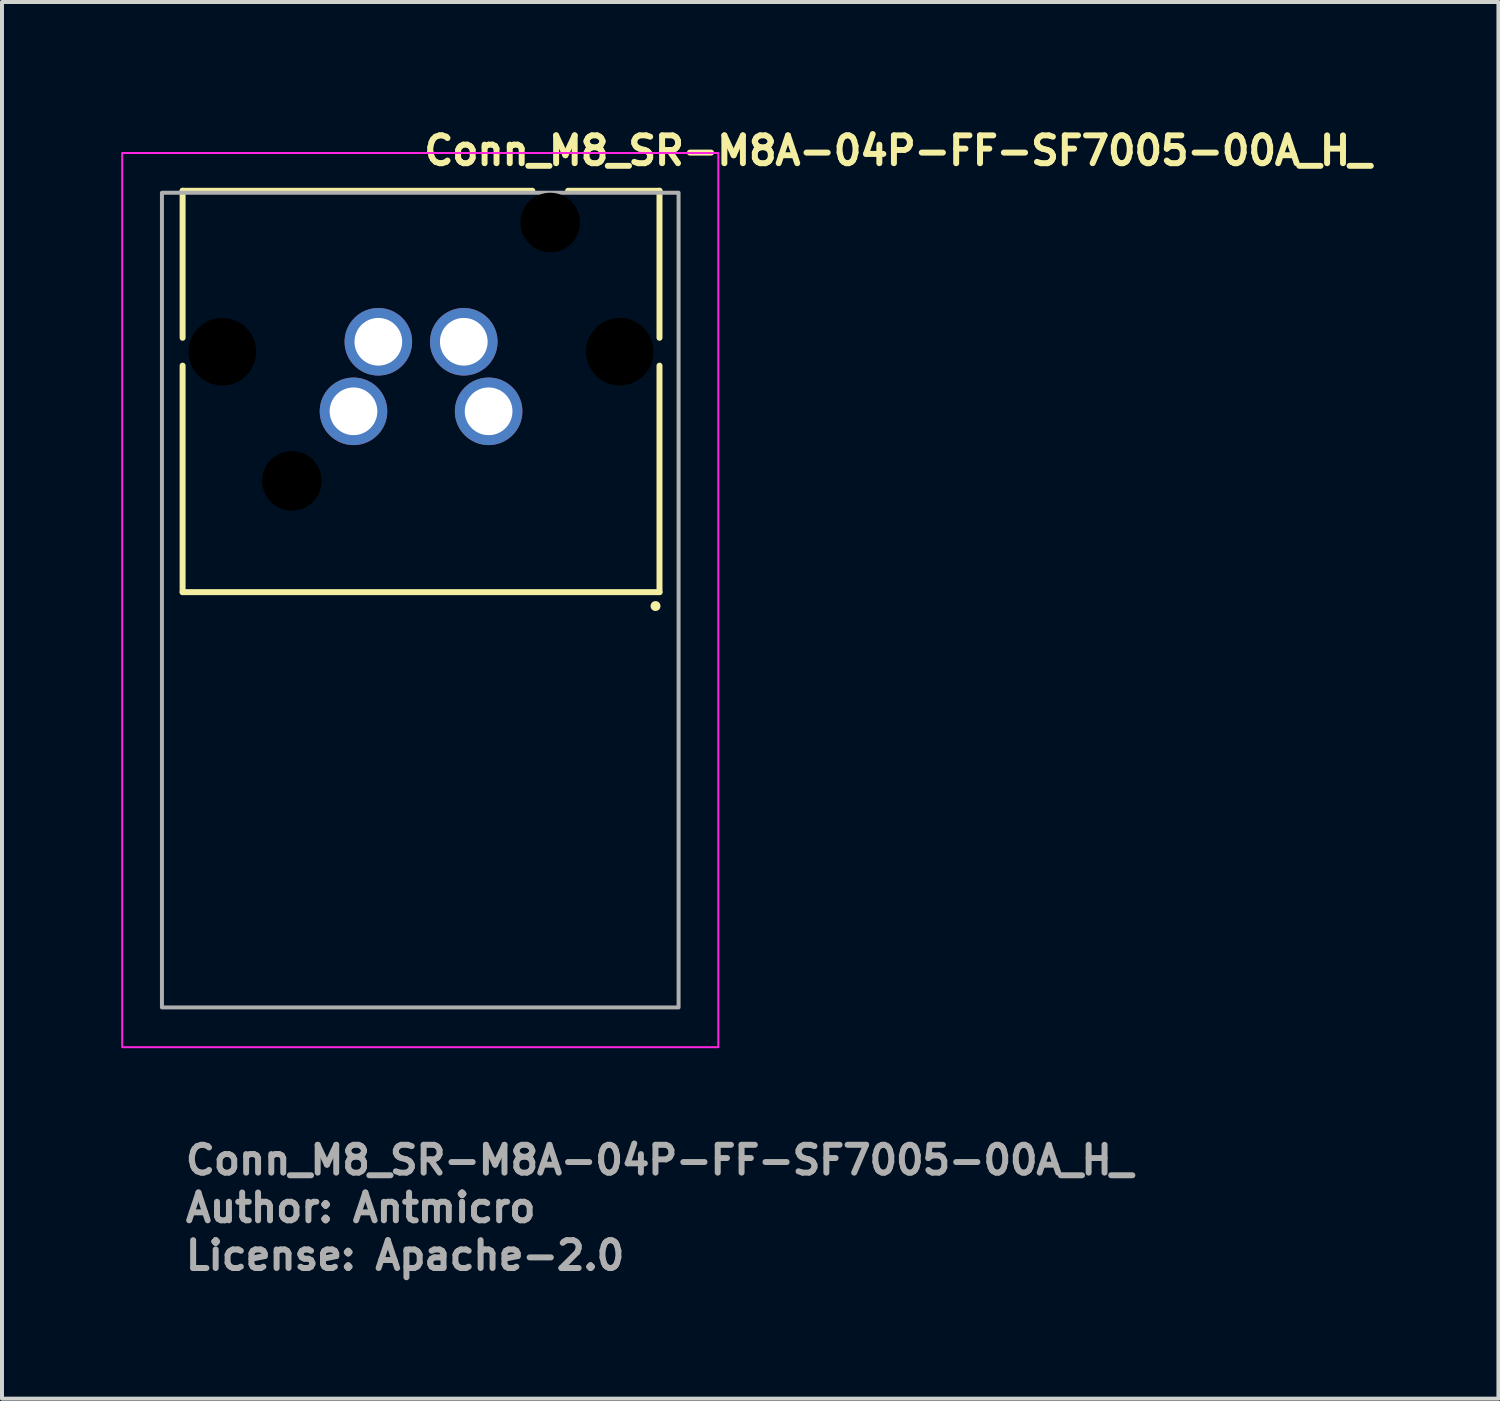
<source format=kicad_pcb>
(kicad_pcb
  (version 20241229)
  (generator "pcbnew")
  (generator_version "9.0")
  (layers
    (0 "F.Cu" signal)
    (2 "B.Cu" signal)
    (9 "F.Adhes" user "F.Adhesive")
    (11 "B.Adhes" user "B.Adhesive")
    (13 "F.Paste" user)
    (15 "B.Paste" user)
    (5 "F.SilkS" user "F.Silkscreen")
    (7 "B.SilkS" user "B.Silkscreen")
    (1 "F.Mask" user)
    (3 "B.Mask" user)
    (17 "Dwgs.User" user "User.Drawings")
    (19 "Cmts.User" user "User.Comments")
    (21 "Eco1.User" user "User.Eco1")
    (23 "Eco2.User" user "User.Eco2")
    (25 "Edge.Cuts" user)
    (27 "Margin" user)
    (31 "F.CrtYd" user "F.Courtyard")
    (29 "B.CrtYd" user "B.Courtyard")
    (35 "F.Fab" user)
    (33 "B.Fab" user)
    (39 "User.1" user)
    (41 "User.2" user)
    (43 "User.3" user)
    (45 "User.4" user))
  (footprint "Conn_M8_SR-M8A-04P-FF-SF7005-00A_H_"
    (layer "F.Cu")
    (at 9.245 7.3)
    (property "Reference" "Conn_M8_SR-M8A-04P-FF-SF7005-00A_H_" (at -1.7 -6.15 180) (layer "F.SilkS") (effects (font (size 0.7 0.7) (thickness 0.15)) (justify left bottom)))
    (attr through_hole)
    (fp_line (start -7.7 -5.55) (end -7.7 -1.85) (stroke (width 0.15) (type solid)) (layer "F.SilkS"))
    (fp_line (start -7.7 -5.55) (end 1.1 -5.55) (stroke (width 0.15) (type solid)) (layer "F.SilkS"))
    (fp_line (start -7.7 -1.15) (end -7.7 4.55) (stroke (width 0.15) (type solid)) (layer "F.SilkS"))
    (fp_line (start -7.7 4.55) (end 4.3 4.55) (stroke (width 0.15) (type solid)) (layer "F.SilkS"))
    (fp_line (start 2 -5.55) (end 4.3 -5.55) (stroke (width 0.15) (type solid)) (layer "F.SilkS"))
    (fp_line (start 4.3 -5.55) (end 4.3 -1.85) (stroke (width 0.15) (type solid)) (layer "F.SilkS"))
    (fp_line (start 4.3 -1.15) (end 4.3 4.55) (stroke (width 0.15) (type solid)) (layer "F.SilkS"))
    (fp_circle (center 4.2 4.9) (end 4.25 4.9) (stroke (width 0.15) (type solid)) (fill yes) (layer "F.SilkS"))
    (fp_rect (start 5.78 16) (end -9.22 -6.5) (stroke (width 0.05) (type solid)) (fill no) (layer "F.CrtYd"))
    (fp_rect (start 4.78 15) (end -8.22 -5.5) (stroke (width 0.1) (type solid)) (fill no) (layer "F.Fab"))
    (fp_rect (start 4.78 15) (end -8.22 -5.5) (stroke (width 0.1) (type solid)) (fill no) (layer "User.5"))
    (fp_line (start -8.223 -1.5) (end -8.223 -1.447) (stroke (width 0.02) (type solid)) (layer "User.9"))
    (fp_line (start -8.223 -1.553) (end -8.223 -1.5) (stroke (width 0.02) (type solid)) (layer "User.9"))
    (fp_line (start -8.223 -1.447) (end -8.219 -1.394) (stroke (width 0.02) (type solid)) (layer "User.9"))
    (fp_line (start -8.219 -1.606) (end -8.223 -1.553) (stroke (width 0.02) (type solid)) (layer "User.9"))
    (fp_line (start -8.219 -1.394) (end -8.211 -1.342) (stroke (width 0.02) (type solid)) (layer "User.9"))
    (fp_line (start -8.211 -1.658) (end -8.219 -1.606) (stroke (width 0.02) (type solid)) (layer "User.9"))
    (fp_line (start -8.211 -1.342) (end -8.201 -1.289) (stroke (width 0.02) (type solid)) (layer "User.9"))
    (fp_line (start -8.201 -1.711) (end -8.211 -1.658) (stroke (width 0.02) (type solid)) (layer "User.9"))
    (fp_line (start -8.201 -1.289) (end -8.188 -1.238) (stroke (width 0.02) (type solid)) (layer "User.9"))
    (fp_line (start -8.188 -1.762) (end -8.201 -1.711) (stroke (width 0.02) (type solid)) (layer "User.9"))
    (fp_line (start -8.188 -1.238) (end -8.174 -1.187) (stroke (width 0.02) (type solid)) (layer "User.9"))
    (fp_line (start -8.174 -1.813) (end -8.188 -1.762) (stroke (width 0.02) (type solid)) (layer "User.9"))
    (fp_line (start -8.174 -1.187) (end -8.155 -1.137) (stroke (width 0.02) (type solid)) (layer "User.9"))
    (fp_line (start -8.155 -1.863) (end -8.174 -1.813) (stroke (width 0.02) (type solid)) (layer "User.9"))
    (fp_line (start -8.155 -1.137) (end -8.134 -1.088) (stroke (width 0.02) (type solid)) (layer "User.9"))
    (fp_line (start -8.134 -1.912) (end -8.155 -1.863) (stroke (width 0.02) (type solid)) (layer "User.9"))
    (fp_line (start -8.134 -1.088) (end -8.111 -1.041) (stroke (width 0.02) (type solid)) (layer "User.9"))
    (fp_line (start -8.111 -1.959) (end -8.134 -1.912) (stroke (width 0.02) (type solid)) (layer "User.9"))
    (fp_line (start -8.111 -1.041) (end -8.086 -0.994) (stroke (width 0.02) (type solid)) (layer "User.9"))
    (fp_line (start -8.086 -2.006) (end -8.111 -1.959) (stroke (width 0.02) (type solid)) (layer "User.9"))
    (fp_line (start -8.086 -0.994) (end -8.059 -0.949) (stroke (width 0.02) (type solid)) (layer "User.9"))
    (fp_line (start -8.059 -2.051) (end -8.086 -2.006) (stroke (width 0.02) (type solid)) (layer "User.9"))
    (fp_line (start -8.059 -0.949) (end -8.027 -0.906) (stroke (width 0.02) (type solid)) (layer "User.9"))
    (fp_line (start -8.027 -2.094) (end -8.059 -2.051) (stroke (width 0.02) (type solid)) (layer "User.9"))
    (fp_line (start -8.027 -0.906) (end -7.995 -0.864) (stroke (width 0.02) (type solid)) (layer "User.9"))
    (fp_line (start -7.995 -2.136) (end -8.027 -2.094) (stroke (width 0.02) (type solid)) (layer "User.9"))
    (fp_line (start -7.995 -0.864) (end -7.96 -0.824) (stroke (width 0.02) (type solid)) (layer "User.9"))
    (fp_line (start -7.992 -2.141) (end -7.97 -2.166) (stroke (width 0.02) (type solid)) (layer "User.9"))
    (fp_line (start -7.992 -0.859) (end -7.97 -0.834) (stroke (width 0.02) (type solid)) (layer "User.9"))
    (fp_line (start -7.96 -2.176) (end -7.995 -2.136) (stroke (width 0.02) (type solid)) (layer "User.9"))
    (fp_line (start -7.96 -0.824) (end -7.923 -0.786) (stroke (width 0.02) (type solid)) (layer "User.9"))
    (fp_line (start -7.955 -2.182) (end -7.941 -2.197) (stroke (width 0.02) (type solid)) (layer "User.9"))
    (fp_line (start -7.955 -0.818) (end -7.941 -0.803) (stroke (width 0.02) (type solid)) (layer "User.9"))
    (fp_line (start -7.941 -2.197) (end -7.926 -2.211) (stroke (width 0.02) (type solid)) (layer "User.9"))
    (fp_line (start -7.941 -0.803) (end -7.928 -0.789) (stroke (width 0.02) (type solid)) (layer "User.9"))
    (fp_line (start -7.928 -0.789) (end -7.915 -0.778) (stroke (width 0.02) (type solid)) (layer "User.9"))
    (fp_line (start -7.926 -2.211) (end -7.915 -2.222) (stroke (width 0.02) (type solid)) (layer "User.9"))
    (fp_line (start -7.923 -2.214) (end -7.96 -2.176) (stroke (width 0.02) (type solid)) (layer "User.9"))
    (fp_line (start -7.923 -0.786) (end -7.885 -0.75) (stroke (width 0.02) (type solid)) (layer "User.9"))
    (fp_line (start -7.915 -0.778) (end -7.904 -0.768) (stroke (width 0.02) (type solid)) (layer "User.9"))
    (fp_line (start -7.915 -2.222) (end -7.904 -2.232) (stroke (width 0.02) (type solid)) (layer "User.9"))
    (fp_line (start -7.904 -2.232) (end -7.885 -2.25) (stroke (width 0.02) (type solid)) (layer "User.9"))
    (fp_line (start -7.904 -0.768) (end -7.885 -0.75) (stroke (width 0.02) (type solid)) (layer "User.9"))
    (fp_line (start -7.885 -2.25) (end -7.923 -2.214) (stroke (width 0.02) (type solid)) (layer "User.9"))
    (fp_line (start -7.885 -2.25) (end -7.723 -2.25) (stroke (width 0.02) (type solid)) (layer "User.9"))
    (fp_line (start -7.885 -0.75) (end -7.723 -0.75) (stroke (width 0.02) (type solid)) (layer "User.9"))
    (fp_line (start -7.723 -5.5) (end -7.723 3.8) (stroke (width 0.02) (type solid)) (layer "User.9"))
    (fp_line (start -7.723 -5.5) (end -7.577 -5.5) (stroke (width 0.02) (type solid)) (layer "User.9"))
    (fp_line (start -7.723 -2.25) (end -7.885 -2.25) (stroke (width 0.02) (type solid)) (layer "User.9"))
    (fp_line (start -7.723 -0.75) (end -7.885 -0.75) (stroke (width 0.02) (type solid)) (layer "User.9"))
    (fp_line (start -7.577 -5.5) (end -7.577 -5.5) (stroke (width 0.02) (type solid)) (layer "User.9"))
    (fp_line (start -7.577 -5.5) (end -7.223 -5.5) (stroke (width 0.02) (type solid)) (layer "User.9"))
    (fp_line (start -7.577 3.8) (end -7.723 3.8) (stroke (width 0.02) (type solid)) (layer "User.9"))
    (fp_line (start -7.577 3.8) (end -7.577 3.8) (stroke (width 0.02) (type solid)) (layer "User.9"))
    (fp_line (start -7.223 -5.5) (end -7.216 -5.5) (stroke (width 0.02) (type solid)) (layer "User.9"))
    (fp_line (start -7.223 3.8) (end -7.577 3.8) (stroke (width 0.02) (type solid)) (layer "User.9"))
    (fp_line (start -7.223 3.8) (end -7.223 -5.5) (stroke (width 0.02) (type solid)) (layer "User.9"))
    (fp_line (start -7.216 -5.5) (end -7.216 -5.5) (stroke (width 0.02) (type solid)) (layer "User.9"))
    (fp_line (start -7.216 -5.5) (end -7.194 -5.5) (stroke (width 0.02) (type solid)) (layer "User.9"))
    (fp_line (start -7.216 3.8) (end -7.223 3.8) (stroke (width 0.02) (type solid)) (layer "User.9"))
    (fp_line (start -7.216 3.8) (end -7.216 3.8) (stroke (width 0.02) (type solid)) (layer "User.9"))
    (fp_line (start -7.194 -5.5) (end -7.194 -5.5) (stroke (width 0.02) (type solid)) (layer "User.9"))
    (fp_line (start -7.194 -5.5) (end -7.157 -5.5) (stroke (width 0.02) (type solid)) (layer "User.9"))
    (fp_line (start -7.194 3.8) (end -7.216 3.8) (stroke (width 0.02) (type solid)) (layer "User.9"))
    (fp_line (start -7.194 3.8) (end -7.194 3.8) (stroke (width 0.02) (type solid)) (layer "User.9"))
    (fp_line (start -7.157 -5.5) (end -7.157 -5.5) (stroke (width 0.02) (type solid)) (layer "User.9"))
    (fp_line (start -7.157 -5.5) (end -7.106 -5.5) (stroke (width 0.02) (type solid)) (layer "User.9"))
    (fp_line (start -7.157 3.8) (end -7.194 3.8) (stroke (width 0.02) (type solid)) (layer "User.9"))
    (fp_line (start -7.157 3.8) (end -7.157 3.8) (stroke (width 0.02) (type solid)) (layer "User.9"))
    (fp_line (start -7.106 -5.5) (end -7.106 -5.5) (stroke (width 0.02) (type solid)) (layer "User.9"))
    (fp_line (start -7.106 -5.5) (end -7.042 -5.5) (stroke (width 0.02) (type solid)) (layer "User.9"))
    (fp_line (start -7.106 3.8) (end -7.157 3.8) (stroke (width 0.02) (type solid)) (layer "User.9"))
    (fp_line (start -7.106 3.8) (end -7.106 3.8) (stroke (width 0.02) (type solid)) (layer "User.9"))
    (fp_line (start -7.042 -5.5) (end -7.042 -5.5) (stroke (width 0.02) (type solid)) (layer "User.9"))
    (fp_line (start -7.042 -5.5) (end -6.962 -5.5) (stroke (width 0.02) (type solid)) (layer "User.9"))
    (fp_line (start -7.042 3.8) (end -7.106 3.8) (stroke (width 0.02) (type solid)) (layer "User.9"))
    (fp_line (start -7.042 3.8) (end -7.042 3.8) (stroke (width 0.02) (type solid)) (layer "User.9"))
    (fp_line (start -6.962 -5.5) (end -6.962 -5.5) (stroke (width 0.02) (type solid)) (layer "User.9"))
    (fp_line (start -6.962 -5.5) (end -6.869 -5.5) (stroke (width 0.02) (type solid)) (layer "User.9"))
    (fp_line (start -6.962 3.8) (end -7.042 3.8) (stroke (width 0.02) (type solid)) (layer "User.9"))
    (fp_line (start -6.962 3.8) (end -6.962 3.8) (stroke (width 0.02) (type solid)) (layer "User.9"))
    (fp_line (start -6.869 -5.5) (end -6.869 -5.5) (stroke (width 0.02) (type solid)) (layer "User.9"))
    (fp_line (start -6.869 -5.5) (end -6.761 -5.5) (stroke (width 0.02) (type solid)) (layer "User.9"))
    (fp_line (start -6.869 3.8) (end -6.962 3.8) (stroke (width 0.02) (type solid)) (layer "User.9"))
    (fp_line (start -6.869 3.8) (end -6.869 3.8) (stroke (width 0.02) (type solid)) (layer "User.9"))
    (fp_line (start -6.761 -5.5) (end -6.761 -5.5) (stroke (width 0.02) (type solid)) (layer "User.9"))
    (fp_line (start -6.761 -5.5) (end -6.641 -5.5) (stroke (width 0.02) (type solid)) (layer "User.9"))
    (fp_line (start -6.761 3.8) (end -6.869 3.8) (stroke (width 0.02) (type solid)) (layer "User.9"))
    (fp_line (start -6.761 3.8) (end -6.761 3.8) (stroke (width 0.02) (type solid)) (layer "User.9"))
    (fp_line (start -6.723 5.315) (end -6.723 5.53) (stroke (width 0.02) (type solid)) (layer "User.9"))
    (fp_line (start -6.723 5.315) (end -6.223 5.1) (stroke (width 0.02) (type solid)) (layer "User.9"))
    (fp_line (start -6.723 5.53) (end -6.723 5.315) (stroke (width 0.02) (type solid)) (layer "User.9"))
    (fp_line (start -6.723 5.53) (end -6.723 5.53) (stroke (width 0.02) (type solid)) (layer "User.9"))
    (fp_line (start -6.723 5.53) (end -6.207 5.53) (stroke (width 0.02) (type solid)) (layer "User.9"))
    (fp_line (start -6.723 6.67) (end -6.723 5.53) (stroke (width 0.02) (type solid)) (layer "User.9"))
    (fp_line (start -6.723 6.67) (end -6.723 6.67) (stroke (width 0.02) (type solid)) (layer "User.9"))
    (fp_line (start -6.723 6.67) (end -6.723 6.885) (stroke (width 0.02) (type solid)) (layer "User.9"))
    (fp_line (start -6.723 6.67) (end -6.207 6.67) (stroke (width 0.02) (type solid)) (layer "User.9"))
    (fp_line (start -6.723 6.885) (end -6.723 6.67) (stroke (width 0.02) (type solid)) (layer "User.9"))
    (fp_line (start -6.723 6.885) (end -6.223 7.1) (stroke (width 0.02) (type solid)) (layer "User.9"))
    (fp_line (start -6.641 -5.5) (end -6.641 -5.5) (stroke (width 0.02) (type solid)) (layer "User.9"))
    (fp_line (start -6.641 -5.5) (end -6.506 -5.5) (stroke (width 0.02) (type solid)) (layer "User.9"))
    (fp_line (start -6.641 3.8) (end -6.761 3.8) (stroke (width 0.02) (type solid)) (layer "User.9"))
    (fp_line (start -6.641 3.8) (end -6.641 3.8) (stroke (width 0.02) (type solid)) (layer "User.9"))
    (fp_line (start -6.506 -5.5) (end -6.506 -5.5) (stroke (width 0.02) (type solid)) (layer "User.9"))
    (fp_line (start -6.506 -5.5) (end -6.361 -5.5) (stroke (width 0.02) (type solid)) (layer "User.9"))
    (fp_line (start -6.506 3.8) (end -6.641 3.8) (stroke (width 0.02) (type solid)) (layer "User.9"))
    (fp_line (start -6.506 3.8) (end -6.506 3.8) (stroke (width 0.02) (type solid)) (layer "User.9"))
    (fp_line (start -6.361 -5.5) (end -6.361 -5.5) (stroke (width 0.02) (type solid)) (layer "User.9"))
    (fp_line (start -6.361 -5.5) (end -6.202 -5.5) (stroke (width 0.02) (type solid)) (layer "User.9"))
    (fp_line (start -6.361 3.8) (end -6.506 3.8) (stroke (width 0.02) (type solid)) (layer "User.9"))
    (fp_line (start -6.361 3.8) (end -6.361 3.8) (stroke (width 0.02) (type solid)) (layer "User.9"))
    (fp_line (start -6.223 5.1) (end -6.723 5.315) (stroke (width 0.02) (type solid)) (layer "User.9"))
    (fp_line (start -6.223 7.1) (end -6.723 6.885) (stroke (width 0.02) (type solid)) (layer "User.9"))
    (fp_line (start -6.223 13.3) (end -6.223 7.1) (stroke (width 0.02) (type solid)) (layer "User.9"))
    (fp_line (start -6.223 13.3) (end -6.196 13.3) (stroke (width 0.02) (type solid)) (layer "User.9"))
    (fp_line (start -6.207 6.67) (end -6.207 5.53) (stroke (width 0.02) (type solid)) (layer "User.9"))
    (fp_line (start -6.202 -5.5) (end -6.202 -5.5) (stroke (width 0.02) (type solid)) (layer "User.9"))
    (fp_line (start -6.202 -5.5) (end -6.03 -5.5) (stroke (width 0.02) (type solid)) (layer "User.9"))
    (fp_line (start -6.202 3.8) (end -6.361 3.8) (stroke (width 0.02) (type solid)) (layer "User.9"))
    (fp_line (start -6.202 3.8) (end -6.202 3.8) (stroke (width 0.02) (type solid)) (layer "User.9"))
    (fp_line (start -6.196 7.1) (end -6.223 7.1) (stroke (width 0.02) (type solid)) (layer "User.9"))
    (fp_line (start -6.196 7.1) (end -6.196 7.1) (stroke (width 0.02) (type solid)) (layer "User.9"))
    (fp_line (start -6.196 13.3) (end -6.196 13.3) (stroke (width 0.02) (type solid)) (layer "User.9"))
    (fp_line (start -6.196 13.3) (end -6.111 13.3) (stroke (width 0.02) (type solid)) (layer "User.9"))
    (fp_line (start -6.111 5.1) (end -6.223 5.1) (stroke (width 0.02) (type solid)) (layer "User.9"))
    (fp_line (start -6.111 5.1) (end -6.111 5.1) (stroke (width 0.02) (type solid)) (layer "User.9"))
    (fp_line (start -6.111 7.1) (end -6.196 7.1) (stroke (width 0.02) (type solid)) (layer "User.9"))
    (fp_line (start -6.111 7.1) (end -6.111 7.1) (stroke (width 0.02) (type solid)) (layer "User.9"))
    (fp_line (start -6.111 13.3) (end -6.111 13.3) (stroke (width 0.02) (type solid)) (layer "User.9"))
    (fp_line (start -6.111 13.3) (end -5.971 13.3) (stroke (width 0.02) (type solid)) (layer "User.9"))
    (fp_line (start -6.03 -5.5) (end -6.03 -5.5) (stroke (width 0.02) (type solid)) (layer "User.9"))
    (fp_line (start -6.03 -5.5) (end -5.848 -5.5) (stroke (width 0.02) (type solid)) (layer "User.9"))
    (fp_line (start -6.03 3.8) (end -6.202 3.8) (stroke (width 0.02) (type solid)) (layer "User.9"))
    (fp_line (start -6.03 3.8) (end -6.03 3.8) (stroke (width 0.02) (type solid)) (layer "User.9"))
    (fp_line (start -6.024 4.451) (end -6.024 4.476) (stroke (width 0.02) (type solid)) (layer "User.9"))
    (fp_line (start -6.024 4.426) (end -6.024 4.451) (stroke (width 0.02) (type solid)) (layer "User.9"))
    (fp_line (start -6.024 4.476) (end -6.022 4.501) (stroke (width 0.02) (type solid)) (layer "User.9"))
    (fp_line (start -6.022 4.501) (end -6.019 4.526) (stroke (width 0.02) (type solid)) (layer "User.9"))
    (fp_line (start -6.021 4.401) (end -6.024 4.426) (stroke (width 0.02) (type solid)) (layer "User.9"))
    (fp_line (start -6.019 4.376) (end -6.021 4.401) (stroke (width 0.02) (type solid)) (layer "User.9"))
    (fp_line (start -6.019 4.526) (end -6.016 4.551) (stroke (width 0.02) (type solid)) (layer "User.9"))
    (fp_line (start -6.016 4.551) (end -6.011 4.575) (stroke (width 0.02) (type solid)) (layer "User.9"))
    (fp_line (start -6.016 4.351) (end -6.019 4.376) (stroke (width 0.02) (type solid)) (layer "User.9"))
    (fp_line (start -6.011 4.326) (end -6.016 4.351) (stroke (width 0.02) (type solid)) (layer "User.9"))
    (fp_line (start -6.011 4.575) (end -6.005 4.6) (stroke (width 0.02) (type solid)) (layer "User.9"))
    (fp_line (start -6.006 4.302) (end -6.011 4.326) (stroke (width 0.02) (type solid)) (layer "User.9"))
    (fp_line (start -6.005 4.6) (end -6.005 4.6) (stroke (width 0.02) (type solid)) (layer "User.9"))
    (fp_line (start -6.005 4.6) (end -5.995 4.64) (stroke (width 0.02) (type solid)) (layer "User.9"))
    (fp_line (start -6 4.277) (end -6.006 4.302) (stroke (width 0.02) (type solid)) (layer "User.9"))
    (fp_line (start -5.995 4.64) (end -5.982 4.678) (stroke (width 0.02) (type solid)) (layer "User.9"))
    (fp_line (start -5.992 4.253) (end -6 4.277) (stroke (width 0.02) (type solid)) (layer "User.9"))
    (fp_line (start -5.984 4.23) (end -5.992 4.253) (stroke (width 0.02) (type solid)) (layer "User.9"))
    (fp_line (start -5.982 4.678) (end -5.966 4.716) (stroke (width 0.02) (type solid)) (layer "User.9"))
    (fp_line (start -5.976 4.206) (end -5.984 4.23) (stroke (width 0.02) (type solid)) (layer "User.9"))
    (fp_line (start -5.971 7.1) (end -6.111 7.1) (stroke (width 0.02) (type solid)) (layer "User.9"))
    (fp_line (start -5.971 7.1) (end -5.971 7.1) (stroke (width 0.02) (type solid)) (layer "User.9"))
    (fp_line (start -5.971 13.3) (end -5.971 13.3) (stroke (width 0.02) (type solid)) (layer "User.9"))
    (fp_line (start -5.971 13.3) (end -5.777 13.3) (stroke (width 0.02) (type solid)) (layer "User.9"))
    (fp_line (start -5.966 4.716) (end -5.949 4.753) (stroke (width 0.02) (type solid)) (layer "User.9"))
    (fp_line (start -5.965 4.183) (end -5.976 4.206) (stroke (width 0.02) (type solid)) (layer "User.9"))
    (fp_line (start -5.955 4.161) (end -5.965 4.183) (stroke (width 0.02) (type solid)) (layer "User.9"))
    (fp_line (start -5.949 4.753) (end -5.928 4.788) (stroke (width 0.02) (type solid)) (layer "User.9"))
    (fp_line (start -5.944 4.138) (end -5.955 4.161) (stroke (width 0.02) (type solid)) (layer "User.9"))
    (fp_line (start -5.934 5.477) (end -6.207 5.53) (stroke (width 0.02) (type solid)) (layer "User.9"))
    (fp_line (start -5.934 6.723) (end -6.207 6.67) (stroke (width 0.02) (type solid)) (layer "User.9"))
    (fp_line (start -5.931 4.116) (end -5.944 4.138) (stroke (width 0.02) (type solid)) (layer "User.9"))
    (fp_line (start -5.928 4.788) (end -5.907 4.822) (stroke (width 0.02) (type solid)) (layer "User.9"))
    (fp_line (start -5.923 13.6) (end -6.223 13.3) (stroke (width 0.02) (type solid)) (layer "User.9"))
    (fp_line (start -5.923 13.6) (end -5.897 13.6) (stroke (width 0.02) (type solid)) (layer "User.9"))
    (fp_line (start -5.918 4.095) (end -5.931 4.116) (stroke (width 0.02) (type solid)) (layer "User.9"))
    (fp_line (start -5.907 4.822) (end -5.881 4.855) (stroke (width 0.02) (type solid)) (layer "User.9"))
    (fp_line (start -5.904 4.074) (end -5.918 4.095) (stroke (width 0.02) (type solid)) (layer "User.9"))
    (fp_line (start -5.897 13.6) (end -5.897 13.6) (stroke (width 0.02) (type solid)) (layer "User.9"))
    (fp_line (start -5.897 13.6) (end -5.819 13.6) (stroke (width 0.02) (type solid)) (layer "User.9"))
    (fp_line (start -5.889 4.054) (end -5.904 4.074) (stroke (width 0.02) (type solid)) (layer "User.9"))
    (fp_line (start -5.881 4.855) (end -5.856 4.886) (stroke (width 0.02) (type solid)) (layer "User.9"))
    (fp_line (start -5.873 4.034) (end -5.889 4.054) (stroke (width 0.02) (type solid)) (layer "User.9"))
    (fp_line (start -5.857 4.015) (end -5.873 4.034) (stroke (width 0.02) (type solid)) (layer "User.9"))
    (fp_line (start -5.856 4.886) (end -5.827 4.915) (stroke (width 0.02) (type solid)) (layer "User.9"))
    (fp_line (start -5.848 -5.5) (end -5.723 -5.5) (stroke (width 0.02) (type solid)) (layer "User.9"))
    (fp_line (start -5.848 3.8) (end -6.03 3.8) (stroke (width 0.02) (type solid)) (layer "User.9"))
    (fp_line (start -5.84 3.997) (end -5.857 4.015) (stroke (width 0.02) (type solid)) (layer "User.9"))
    (fp_line (start -5.827 4.915) (end -5.796 4.943) (stroke (width 0.02) (type solid)) (layer "User.9"))
    (fp_line (start -5.822 3.979) (end -5.84 3.997) (stroke (width 0.02) (type solid)) (layer "User.9"))
    (fp_line (start -5.819 13.6) (end -5.819 13.6) (stroke (width 0.02) (type solid)) (layer "User.9"))
    (fp_line (start -5.819 13.6) (end -5.688 13.6) (stroke (width 0.02) (type solid)) (layer "User.9"))
    (fp_line (start -5.804 3.962) (end -5.822 3.979) (stroke (width 0.02) (type solid)) (layer "User.9"))
    (fp_line (start -5.796 4.943) (end -5.766 4.969) (stroke (width 0.02) (type solid)) (layer "User.9"))
    (fp_line (start -5.785 3.946) (end -5.804 3.962) (stroke (width 0.02) (type solid)) (layer "User.9"))
    (fp_line (start -5.777 5.1) (end -6.111 5.1) (stroke (width 0.02) (type solid)) (layer "User.9"))
    (fp_line (start -5.777 5.1) (end -5.777 5.1) (stroke (width 0.02) (type solid)) (layer "User.9"))
    (fp_line (start -5.777 7.1) (end -5.971 7.1) (stroke (width 0.02) (type solid)) (layer "User.9"))
    (fp_line (start -5.777 7.1) (end -5.777 7.1) (stroke (width 0.02) (type solid)) (layer "User.9"))
    (fp_line (start -5.777 13.3) (end -5.777 13.3) (stroke (width 0.02) (type solid)) (layer "User.9"))
    (fp_line (start -5.777 13.3) (end -5.534 13.3) (stroke (width 0.02) (type solid)) (layer "User.9"))
    (fp_line (start -5.766 3.931) (end -5.785 3.946) (stroke (width 0.02) (type solid)) (layer "User.9"))
    (fp_line (start -5.766 4.969) (end -5.732 4.992) (stroke (width 0.02) (type solid)) (layer "User.9"))
    (fp_line (start -5.745 3.916) (end -5.766 3.931) (stroke (width 0.02) (type solid)) (layer "User.9"))
    (fp_line (start -5.732 4.992) (end -5.697 5.014) (stroke (width 0.02) (type solid)) (layer "User.9"))
    (fp_line (start -5.723 -5.5) (end -5.723 4.5) (stroke (width 0.02) (type solid)) (layer "User.9"))
    (fp_line (start -5.723 -5.5) (end -5.577 -5.5) (stroke (width 0.02) (type solid)) (layer "User.9"))
    (fp_line (start -5.723 3.8) (end -5.848 3.8) (stroke (width 0.02) (type solid)) (layer "User.9"))
    (fp_line (start -5.723 3.902) (end -5.745 3.916) (stroke (width 0.02) (type solid)) (layer "User.9"))
    (fp_line (start -5.697 5.014) (end -5.662 5.033) (stroke (width 0.02) (type solid)) (layer "User.9"))
    (fp_line (start -5.688 13.6) (end -5.688 13.6) (stroke (width 0.02) (type solid)) (layer "User.9"))
    (fp_line (start -5.688 13.6) (end -5.508 13.6) (stroke (width 0.02) (type solid)) (layer "User.9"))
    (fp_line (start -5.662 5.431) (end -5.934 5.477) (stroke (width 0.02) (type solid)) (layer "User.9"))
    (fp_line (start -5.662 6.769) (end -5.934 6.723) (stroke (width 0.02) (type solid)) (layer "User.9"))
    (fp_line (start -5.662 5.033) (end -5.625 5.05) (stroke (width 0.02) (type solid)) (layer "User.9"))
    (fp_line (start -5.625 5.05) (end -5.585 5.064) (stroke (width 0.02) (type solid)) (layer "User.9"))
    (fp_line (start -5.585 5.064) (end -5.585 5.064) (stroke (width 0.02) (type solid)) (layer "User.9"))
    (fp_line (start -5.585 5.064) (end -5.559 5.073) (stroke (width 0.02) (type solid)) (layer "User.9"))
    (fp_line (start -5.577 -5.5) (end -5.577 -5.5) (stroke (width 0.02) (type solid)) (layer "User.9"))
    (fp_line (start -5.577 -5.5) (end -5.223 -5.5) (stroke (width 0.02) (type solid)) (layer "User.9"))
    (fp_line (start -5.577 4.5) (end -5.723 4.5) (stroke (width 0.02) (type solid)) (layer "User.9"))
    (fp_line (start -5.577 4.5) (end -5.577 4.5) (stroke (width 0.02) (type solid)) (layer "User.9"))
    (fp_line (start -5.559 5.073) (end -5.534 5.08) (stroke (width 0.02) (type solid)) (layer "User.9"))
    (fp_line (start -5.534 5.08) (end -5.521 5.083) (stroke (width 0.02) (type solid)) (layer "User.9"))
    (fp_line (start -5.534 7.1) (end -5.777 7.1) (stroke (width 0.02) (type solid)) (layer "User.9"))
    (fp_line (start -5.534 7.1) (end -5.534 7.1) (stroke (width 0.02) (type solid)) (layer "User.9"))
    (fp_line (start -5.534 13.3) (end -5.534 13.3) (stroke (width 0.02) (type solid)) (layer "User.9"))
    (fp_line (start -5.534 13.3) (end -5.242 13.3) (stroke (width 0.02) (type solid)) (layer "User.9"))
    (fp_line (start -5.521 5.083) (end -5.508 5.086) (stroke (width 0.02) (type solid)) (layer "User.9"))
    (fp_line (start -5.508 5.086) (end -5.495 5.089) (stroke (width 0.02) (type solid)) (layer "User.9"))
    (fp_line (start -5.508 13.6) (end -5.508 13.6) (stroke (width 0.02) (type solid)) (layer "User.9"))
    (fp_line (start -5.508 13.6) (end -5.279 13.6) (stroke (width 0.02) (type solid)) (layer "User.9"))
    (fp_line (start -5.495 5.089) (end -5.481 5.091) (stroke (width 0.02) (type solid)) (layer "User.9"))
    (fp_line (start -5.481 5.091) (end -5.468 5.093) (stroke (width 0.02) (type solid)) (layer "User.9"))
    (fp_line (start -5.468 5.093) (end -5.455 5.095) (stroke (width 0.02) (type solid)) (layer "User.9"))
    (fp_line (start -5.455 5.095) (end -5.441 5.096) (stroke (width 0.02) (type solid)) (layer "User.9"))
    (fp_line (start -5.441 5.096) (end -5.428 5.098) (stroke (width 0.02) (type solid)) (layer "User.9"))
    (fp_line (start -5.428 5.098) (end -5.401 5.099) (stroke (width 0.02) (type solid)) (layer "User.9"))
    (fp_line (start -5.409 13.6) (end -5.409 13.6) (stroke (width 0.02) (type solid)) (layer "User.9"))
    (fp_line (start -5.401 5.099) (end -5.373 5.1) (stroke (width 0.02) (type solid)) (layer "User.9"))
    (fp_line (start -5.391 5.392) (end -5.662 5.431) (stroke (width 0.02) (type solid)) (layer "User.9"))
    (fp_line (start -5.391 6.808) (end -5.662 6.769) (stroke (width 0.02) (type solid)) (layer "User.9"))
    (fp_line (start -5.373 5.1) (end -5.373 5.1) (stroke (width 0.02) (type solid)) (layer "User.9"))
    (fp_line (start -5.279 13.6) (end -5.279 13.6) (stroke (width 0.02) (type solid)) (layer "User.9"))
    (fp_line (start -5.279 13.6) (end -5.008 13.6) (stroke (width 0.02) (type solid)) (layer "User.9"))
    (fp_line (start -5.242 5.1) (end -5.777 5.1) (stroke (width 0.02) (type solid)) (layer "User.9"))
    (fp_line (start -5.242 5.1) (end -5.242 5.1) (stroke (width 0.02) (type solid)) (layer "User.9"))
    (fp_line (start -5.242 7.1) (end -5.534 7.1) (stroke (width 0.02) (type solid)) (layer "User.9"))
    (fp_line (start -5.242 7.1) (end -5.242 7.1) (stroke (width 0.02) (type solid)) (layer "User.9"))
    (fp_line (start -5.242 13.3) (end -5.242 13.3) (stroke (width 0.02) (type solid)) (layer "User.9"))
    (fp_line (start -5.242 13.3) (end -4.905 13.3) (stroke (width 0.02) (type solid)) (layer "User.9"))
    (fp_line (start -5.223 -5.5) (end 1.776 -5.5) (stroke (width 0.02) (type solid)) (layer "User.9"))
    (fp_line (start -5.223 4.5) (end -5.577 4.5) (stroke (width 0.02) (type solid)) (layer "User.9"))
    (fp_line (start -5.223 4.5) (end 1.776 4.5) (stroke (width 0.02) (type solid)) (layer "User.9"))
    (fp_line (start -5.122 5.361) (end -5.391 5.392) (stroke (width 0.02) (type solid)) (layer "User.9"))
    (fp_line (start -5.122 6.839) (end -5.391 6.808) (stroke (width 0.02) (type solid)) (layer "User.9"))
    (fp_line (start -5.008 13.6) (end -5.008 13.6) (stroke (width 0.02) (type solid)) (layer "User.9"))
    (fp_line (start -5.008 13.6) (end -4.694 13.6) (stroke (width 0.02) (type solid)) (layer "User.9"))
    (fp_line (start -4.905 7.1) (end -5.242 7.1) (stroke (width 0.02) (type solid)) (layer "User.9"))
    (fp_line (start -4.905 7.1) (end -4.905 7.1) (stroke (width 0.02) (type solid)) (layer "User.9"))
    (fp_line (start -4.905 13.3) (end -4.905 13.3) (stroke (width 0.02) (type solid)) (layer "User.9"))
    (fp_line (start -4.905 13.3) (end -4.529 13.3) (stroke (width 0.02) (type solid)) (layer "User.9"))
    (fp_line (start -4.853 5.338) (end -5.122 5.361) (stroke (width 0.02) (type solid)) (layer "User.9"))
    (fp_line (start -4.853 6.862) (end -5.122 6.839) (stroke (width 0.02) (type solid)) (layer "User.9"))
    (fp_line (start -4.694 13.6) (end -4.694 13.6) (stroke (width 0.02) (type solid)) (layer "User.9"))
    (fp_line (start -4.694 13.6) (end -4.343 13.6) (stroke (width 0.02) (type solid)) (layer "User.9"))
    (fp_line (start -4.583 5.323) (end -4.853 5.338) (stroke (width 0.02) (type solid)) (layer "User.9"))
    (fp_line (start -4.583 6.877) (end -4.853 6.862) (stroke (width 0.02) (type solid)) (layer "User.9"))
    (fp_line (start -4.548 13.6) (end -4.548 14.9) (stroke (width 0.02) (type solid)) (layer "User.9"))
    (fp_line (start -4.548 14.9) (end -4.548 14.905) (stroke (width 0.02) (type solid)) (layer "User.9"))
    (fp_line (start -4.548 14.905) (end -4.548 14.91) (stroke (width 0.02) (type solid)) (layer "User.9"))
    (fp_line (start -4.548 14.91) (end -4.548 14.915) (stroke (width 0.02) (type solid)) (layer "User.9"))
    (fp_line (start -4.548 14.915) (end -4.546 14.919) (stroke (width 0.02) (type solid)) (layer "User.9"))
    (fp_line (start -4.546 14.919) (end -4.545 14.924) (stroke (width 0.02) (type solid)) (layer "User.9"))
    (fp_line (start -4.545 14.924) (end -4.545 14.929) (stroke (width 0.02) (type solid)) (layer "User.9"))
    (fp_line (start -4.545 14.929) (end -4.543 14.933) (stroke (width 0.02) (type solid)) (layer "User.9"))
    (fp_line (start -4.543 14.933) (end -4.542 14.938) (stroke (width 0.02) (type solid)) (layer "User.9"))
    (fp_line (start -4.542 14.938) (end -4.54 14.942) (stroke (width 0.02) (type solid)) (layer "User.9"))
    (fp_line (start -4.54 14.942) (end -4.537 14.947) (stroke (width 0.02) (type solid)) (layer "User.9"))
    (fp_line (start -4.537 14.947) (end -4.535 14.951) (stroke (width 0.02) (type solid)) (layer "User.9"))
    (fp_line (start -4.535 14.951) (end -4.532 14.955) (stroke (width 0.02) (type solid)) (layer "User.9"))
    (fp_line (start -4.532 14.955) (end -4.529 14.959) (stroke (width 0.02) (type solid)) (layer "User.9"))
    (fp_line (start -4.529 5.1) (end -5.242 5.1) (stroke (width 0.02) (type solid)) (layer "User.9"))
    (fp_line (start -4.529 5.1) (end -4.529 5.1) (stroke (width 0.02) (type solid)) (layer "User.9"))
    (fp_line (start -4.529 7.1) (end -4.905 7.1) (stroke (width 0.02) (type solid)) (layer "User.9"))
    (fp_line (start -4.529 7.1) (end -4.529 7.1) (stroke (width 0.02) (type solid)) (layer "User.9"))
    (fp_line (start -4.529 13.3) (end -4.529 13.3) (stroke (width 0.02) (type solid)) (layer "User.9"))
    (fp_line (start -4.529 13.3) (end -4.117 13.3) (stroke (width 0.02) (type solid)) (layer "User.9"))
    (fp_line (start -4.529 14.959) (end -4.527 14.963) (stroke (width 0.02) (type solid)) (layer "User.9"))
    (fp_line (start -4.527 14.963) (end -4.522 14.967) (stroke (width 0.02) (type solid)) (layer "User.9"))
    (fp_line (start -4.522 14.967) (end -4.519 14.97) (stroke (width 0.02) (type solid)) (layer "User.9"))
    (fp_line (start -4.519 14.97) (end -4.516 14.974) (stroke (width 0.02) (type solid)) (layer "User.9"))
    (fp_line (start -4.516 14.974) (end -4.513 14.977) (stroke (width 0.02) (type solid)) (layer "User.9"))
    (fp_line (start -4.513 14.977) (end -4.508 14.98) (stroke (width 0.02) (type solid)) (layer "User.9"))
    (fp_line (start -4.511 -0.283) (end -4.391 -0.283) (stroke (width 0.02) (type solid)) (layer "User.9"))
    (fp_line (start -4.508 14.98) (end -4.505 14.983) (stroke (width 0.02) (type solid)) (layer "User.9"))
    (fp_line (start -4.505 14.983) (end -4.5 14.985) (stroke (width 0.02) (type solid)) (layer "User.9"))
    (fp_line (start -4.5 14.985) (end -4.497 14.988) (stroke (width 0.02) (type solid)) (layer "User.9"))
    (fp_line (start -4.497 14.988) (end -4.492 14.99) (stroke (width 0.02) (type solid)) (layer "User.9"))
    (fp_line (start -4.492 14.99) (end -4.487 14.992) (stroke (width 0.02) (type solid)) (layer "User.9"))
    (fp_line (start -4.487 14.992) (end -4.482 14.994) (stroke (width 0.02) (type solid)) (layer "User.9"))
    (fp_line (start -4.482 14.994) (end -4.479 14.996) (stroke (width 0.02) (type solid)) (layer "User.9"))
    (fp_line (start -4.479 14.996) (end -4.473 14.997) (stroke (width 0.02) (type solid)) (layer "User.9"))
    (fp_line (start -4.473 14.997) (end -4.468 14.998) (stroke (width 0.02) (type solid)) (layer "User.9"))
    (fp_line (start -4.468 14.998) (end -4.463 14.999) (stroke (width 0.02) (type solid)) (layer "User.9"))
    (fp_line (start -4.463 14.999) (end -4.458 15) (stroke (width 0.02) (type solid)) (layer "User.9"))
    (fp_line (start -4.458 15) (end -4.454 15) (stroke (width 0.02) (type solid)) (layer "User.9"))
    (fp_line (start -4.454 15) (end -4.449 15) (stroke (width 0.02) (type solid)) (layer "User.9"))
    (fp_line (start -4.449 15) (end -4.173 15) (stroke (width 0.02) (type solid)) (layer "User.9"))
    (fp_line (start -4.431 15) (end -4.449 15) (stroke (width 0.02) (type solid)) (layer "User.9"))
    (fp_line (start -4.431 15) (end -4.431 15) (stroke (width 0.02) (type solid)) (layer "User.9"))
    (fp_line (start -4.391 -0.283) (end -4.256 -0.701) (stroke (width 0.02) (type solid)) (layer "User.9"))
    (fp_line (start -4.38 15) (end -4.431 15) (stroke (width 0.02) (type solid)) (layer "User.9"))
    (fp_line (start -4.38 15) (end -4.38 15) (stroke (width 0.02) (type solid)) (layer "User.9"))
    (fp_line (start -4.343 13.6) (end -4.343 13.6) (stroke (width 0.02) (type solid)) (layer "User.9"))
    (fp_line (start -4.343 13.6) (end -3.958 13.6) (stroke (width 0.02) (type solid)) (layer "User.9"))
    (fp_line (start -4.314 5.316) (end -4.583 5.323) (stroke (width 0.02) (type solid)) (layer "User.9"))
    (fp_line (start -4.314 6.884) (end -4.583 6.877) (stroke (width 0.02) (type solid)) (layer "User.9"))
    (fp_line (start -4.311 -0.908) (end -4.511 -0.283) (stroke (width 0.02) (type solid)) (layer "User.9"))
    (fp_line (start -4.295 15) (end -4.38 15) (stroke (width 0.02) (type solid)) (layer "User.9"))
    (fp_line (start -4.295 15) (end -4.295 15) (stroke (width 0.02) (type solid)) (layer "User.9"))
    (fp_line (start -4.256 -0.701) (end -4.135 -0.283) (stroke (width 0.02) (type solid)) (layer "User.9"))
    (fp_line (start -4.191 -0.908) (end -4.311 -0.908) (stroke (width 0.02) (type solid)) (layer "User.9"))
    (fp_line (start -4.178 15) (end -4.295 15) (stroke (width 0.02) (type solid)) (layer "User.9"))
    (fp_line (start -4.178 15) (end -4.178 15) (stroke (width 0.02) (type solid)) (layer "User.9"))
    (fp_line (start -4.173 15) (end -4.17 15) (stroke (width 0.02) (type solid)) (layer "User.9"))
    (fp_line (start -4.17 15) (end -4.17 15) (stroke (width 0.02) (type solid)) (layer "User.9"))
    (fp_line (start -4.17 15) (end -4.139 15) (stroke (width 0.02) (type solid)) (layer "User.9"))
    (fp_line (start -4.139 15) (end -4.139 15) (stroke (width 0.02) (type solid)) (layer "User.9"))
    (fp_line (start -4.139 15) (end -4.082 15) (stroke (width 0.02) (type solid)) (layer "User.9"))
    (fp_line (start -4.135 -0.283) (end -4.013 -0.283) (stroke (width 0.02) (type solid)) (layer "User.9"))
    (fp_line (start -4.117 7.1) (end -4.529 7.1) (stroke (width 0.02) (type solid)) (layer "User.9"))
    (fp_line (start -4.117 7.1) (end -4.117 7.1) (stroke (width 0.02) (type solid)) (layer "User.9"))
    (fp_line (start -4.117 13.3) (end -4.117 13.3) (stroke (width 0.02) (type solid)) (layer "User.9"))
    (fp_line (start -4.117 13.3) (end -3.675 13.3) (stroke (width 0.02) (type solid)) (layer "User.9"))
    (fp_line (start -4.082 15) (end -4.082 15) (stroke (width 0.02) (type solid)) (layer "User.9"))
    (fp_line (start -4.082 15) (end -3.997 15) (stroke (width 0.02) (type solid)) (layer "User.9"))
    (fp_line (start -4.069 -0.488) (end -4.191 -0.908) (stroke (width 0.02) (type solid)) (layer "User.9"))
    (fp_line (start -4.043 5.317) (end -4.314 5.316) (stroke (width 0.02) (type solid)) (layer "User.9"))
    (fp_line (start -4.043 5.317) (end -4.043 5.317) (stroke (width 0.02) (type solid)) (layer "User.9"))
    (fp_line (start -4.043 6.883) (end -4.314 6.884) (stroke (width 0.02) (type solid)) (layer "User.9"))
    (fp_line (start -4.043 6.883) (end -4.043 6.883) (stroke (width 0.02) (type solid)) (layer "User.9"))
    (fp_line (start -4.03 15) (end -4.178 15) (stroke (width 0.02) (type solid)) (layer "User.9"))
    (fp_line (start -4.03 15) (end -4.03 15) (stroke (width 0.02) (type solid)) (layer "User.9"))
    (fp_line (start -4.013 -0.283) (end -3.813 -0.908) (stroke (width 0.02) (type solid)) (layer "User.9"))
    (fp_line (start -3.997 15) (end -3.997 15) (stroke (width 0.02) (type solid)) (layer "User.9"))
    (fp_line (start -3.997 15) (end -3.549 15) (stroke (width 0.02) (type solid)) (layer "User.9"))
    (fp_line (start -3.958 13.6) (end -3.958 13.6) (stroke (width 0.02) (type solid)) (layer "User.9"))
    (fp_line (start -3.958 13.6) (end -3.546 13.6) (stroke (width 0.02) (type solid)) (layer "User.9"))
    (fp_line (start -3.933 -0.908) (end -4.069 -0.488) (stroke (width 0.02) (type solid)) (layer "User.9"))
    (fp_line (start -3.853 15) (end -4.03 15) (stroke (width 0.02) (type solid)) (layer "User.9"))
    (fp_line (start -3.853 15) (end -3.853 15) (stroke (width 0.02) (type solid)) (layer "User.9"))
    (fp_line (start -3.818 5.325) (end -4.043 5.317) (stroke (width 0.02) (type solid)) (layer "User.9"))
    (fp_line (start -3.818 6.875) (end -4.043 6.883) (stroke (width 0.02) (type solid)) (layer "User.9"))
    (fp_line (start -3.813 -0.908) (end -3.933 -0.908) (stroke (width 0.02) (type solid)) (layer "User.9"))
    (fp_line (start -3.773 -0.535) (end -3.773 -0.461) (stroke (width 0.02) (type solid)) (layer "User.9"))
    (fp_line (start -3.773 -0.461) (end -3.756 -0.398) (stroke (width 0.02) (type solid)) (layer "User.9"))
    (fp_line (start -3.76 -0.601) (end -3.773 -0.535) (stroke (width 0.02) (type solid)) (layer "User.9"))
    (fp_line (start -3.756 -0.398) (end -3.723 -0.344) (stroke (width 0.02) (type solid)) (layer "User.9"))
    (fp_line (start -3.739 -0.664) (end -3.76 -0.601) (stroke (width 0.02) (type solid)) (layer "User.9"))
    (fp_line (start -3.723 -0.344) (end -3.675 -0.304) (stroke (width 0.02) (type solid)) (layer "User.9"))
    (fp_line (start -3.705 -0.727) (end -3.739 -0.664) (stroke (width 0.02) (type solid)) (layer "User.9"))
    (fp_line (start -3.675 5.1) (end -4.529 5.1) (stroke (width 0.02) (type solid)) (layer "User.9"))
    (fp_line (start -3.675 5.1) (end -3.675 5.1) (stroke (width 0.02) (type solid)) (layer "User.9"))
    (fp_line (start -3.675 7.1) (end -4.117 7.1) (stroke (width 0.02) (type solid)) (layer "User.9"))
    (fp_line (start -3.675 7.1) (end -3.675 7.1) (stroke (width 0.02) (type solid)) (layer "User.9"))
    (fp_line (start -3.675 13.3) (end -3.675 13.3) (stroke (width 0.02) (type solid)) (layer "User.9"))
    (fp_line (start -3.675 13.3) (end -3.209 13.3) (stroke (width 0.02) (type solid)) (layer "User.9"))
    (fp_line (start -3.675 -0.304) (end -3.615 -0.28) (stroke (width 0.02) (type solid)) (layer "User.9"))
    (fp_line (start -3.664 -0.784) (end -3.705 -0.727) (stroke (width 0.02) (type solid)) (layer "User.9"))
    (fp_line (start -3.651 15) (end -3.853 15) (stroke (width 0.02) (type solid)) (layer "User.9"))
    (fp_line (start -3.651 15) (end -3.651 15) (stroke (width 0.02) (type solid)) (layer "User.9"))
    (fp_line (start -3.646 -0.492) (end -3.644 -0.538) (stroke (width 0.02) (type solid)) (layer "User.9"))
    (fp_line (start -3.644 -0.538) (end -3.636 -0.582) (stroke (width 0.02) (type solid)) (layer "User.9"))
    (fp_line (start -3.636 -0.582) (end -3.62 -0.627) (stroke (width 0.02) (type solid)) (layer "User.9"))
    (fp_line (start -3.636 -0.453) (end -3.646 -0.492) (stroke (width 0.02) (type solid)) (layer "User.9"))
    (fp_line (start -3.62 -0.627) (end -3.599 -0.673) (stroke (width 0.02) (type solid)) (layer "User.9"))
    (fp_line (start -3.618 -0.831) (end -3.664 -0.784) (stroke (width 0.02) (type solid)) (layer "User.9"))
    (fp_line (start -3.618 -0.422) (end -3.636 -0.453) (stroke (width 0.02) (type solid)) (layer "User.9"))
    (fp_line (start -3.615 -0.28) (end -3.543 -0.272) (stroke (width 0.02) (type solid)) (layer "User.9"))
    (fp_line (start -3.599 -0.673) (end -3.571 -0.716) (stroke (width 0.02) (type solid)) (layer "User.9"))
    (fp_line (start -3.594 5.338) (end -3.818 5.325) (stroke (width 0.02) (type solid)) (layer "User.9"))
    (fp_line (start -3.594 6.862) (end -3.818 6.875) (stroke (width 0.02) (type solid)) (layer "User.9"))
    (fp_line (start -3.591 -0.398) (end -3.618 -0.422) (stroke (width 0.02) (type solid)) (layer "User.9"))
    (fp_line (start -3.571 -0.716) (end -3.541 -0.751) (stroke (width 0.02) (type solid)) (layer "User.9"))
    (fp_line (start -3.563 -0.869) (end -3.618 -0.831) (stroke (width 0.02) (type solid)) (layer "User.9"))
    (fp_line (start -3.559 -0.384) (end -3.591 -0.398) (stroke (width 0.02) (type solid)) (layer "User.9"))
    (fp_line (start -3.546 13.6) (end -3.546 13.6) (stroke (width 0.02) (type solid)) (layer "User.9"))
    (fp_line (start -3.546 13.6) (end -3.111 13.6) (stroke (width 0.02) (type solid)) (layer "User.9"))
    (fp_line (start -3.543 -0.272) (end -3.487 -0.276) (stroke (width 0.02) (type solid)) (layer "User.9"))
    (fp_line (start -3.541 -0.751) (end -3.507 -0.777) (stroke (width 0.02) (type solid)) (layer "User.9"))
    (fp_line (start -3.522 -0.38) (end -3.559 -0.384) (stroke (width 0.02) (type solid)) (layer "User.9"))
    (fp_line (start -3.507 -0.777) (end -3.473 -0.796) (stroke (width 0.02) (type solid)) (layer "User.9"))
    (fp_line (start -3.505 -0.897) (end -3.563 -0.869) (stroke (width 0.02) (type solid)) (layer "User.9"))
    (fp_line (start -3.487 -0.276) (end -3.434 -0.288) (stroke (width 0.02) (type solid)) (layer "User.9"))
    (fp_line (start -3.473 -0.796) (end -3.438 -0.808) (stroke (width 0.02) (type solid)) (layer "User.9"))
    (fp_line (start -3.462 -0.39) (end -3.522 -0.38) (stroke (width 0.02) (type solid)) (layer "User.9"))
    (fp_line (start -3.442 -0.914) (end -3.505 -0.897) (stroke (width 0.02) (type solid)) (layer "User.9"))
    (fp_line (start -3.438 -0.808) (end -3.404 -0.812) (stroke (width 0.02) (type solid)) (layer "User.9"))
    (fp_line (start -3.434 -0.288) (end -3.385 -0.308) (stroke (width 0.02) (type solid)) (layer "User.9"))
    (fp_line (start -3.422 15) (end -3.651 15) (stroke (width 0.02) (type solid)) (layer "User.9"))
    (fp_line (start -3.422 15) (end -3.422 15) (stroke (width 0.02) (type solid)) (layer "User.9"))
    (fp_line (start -3.408 -0.419) (end -3.462 -0.39) (stroke (width 0.02) (type solid)) (layer "User.9"))
    (fp_line (start -3.404 -0.812) (end -3.365 -0.807) (stroke (width 0.02) (type solid)) (layer "User.9"))
    (fp_line (start -3.385 -0.308) (end -3.34 -0.334) (stroke (width 0.02) (type solid)) (layer "User.9"))
    (fp_line (start -3.377 -0.919) (end -3.442 -0.914) (stroke (width 0.02) (type solid)) (layer "User.9"))
    (fp_line (start -3.369 5.357) (end -3.594 5.338) (stroke (width 0.02) (type solid)) (layer "User.9"))
    (fp_line (start -3.369 6.843) (end -3.594 6.862) (stroke (width 0.02) (type solid)) (layer "User.9"))
    (fp_line (start -3.365 -0.807) (end -3.332 -0.792) (stroke (width 0.02) (type solid)) (layer "User.9"))
    (fp_line (start -3.358 -0.468) (end -3.408 -0.419) (stroke (width 0.02) (type solid)) (layer "User.9"))
    (fp_line (start -3.34 -0.334) (end -3.299 -0.366) (stroke (width 0.02) (type solid)) (layer "User.9"))
    (fp_line (start -3.332 -0.792) (end -3.305 -0.768) (stroke (width 0.02) (type solid)) (layer "User.9"))
    (fp_line (start -3.322 -0.915) (end -3.377 -0.919) (stroke (width 0.02) (type solid)) (layer "User.9"))
    (fp_line (start -3.318 -0.528) (end -3.358 -0.468) (stroke (width 0.02) (type solid)) (layer "User.9"))
    (fp_line (start -3.305 -0.768) (end -3.287 -0.737) (stroke (width 0.02) (type solid)) (layer "User.9"))
    (fp_line (start -3.299 -0.366) (end -3.263 -0.403) (stroke (width 0.02) (type solid)) (layer "User.9"))
    (fp_line (start -3.292 -0.592) (end -3.318 -0.528) (stroke (width 0.02) (type solid)) (layer "User.9"))
    (fp_line (start -3.287 -0.737) (end -3.277 -0.701) (stroke (width 0.02) (type solid)) (layer "User.9"))
    (fp_line (start -3.277 -0.701) (end -3.277 -0.66) (stroke (width 0.02) (type solid)) (layer "User.9"))
    (fp_line (start -3.277 -0.66) (end -3.292 -0.592) (stroke (width 0.02) (type solid)) (layer "User.9"))
    (fp_line (start -3.276 -0.902) (end -3.322 -0.915) (stroke (width 0.02) (type solid)) (layer "User.9"))
    (fp_line (start -3.263 -0.403) (end -3.231 -0.446) (stroke (width 0.02) (type solid)) (layer "User.9"))
    (fp_line (start -3.236 -0.88) (end -3.276 -0.902) (stroke (width 0.02) (type solid)) (layer "User.9"))
    (fp_line (start -3.231 -0.446) (end -3.204 -0.494) (stroke (width 0.02) (type solid)) (layer "User.9"))
    (fp_line (start -3.209 7.1) (end -3.675 7.1) (stroke (width 0.02) (type solid)) (layer "User.9"))
    (fp_line (start -3.209 7.1) (end -3.209 7.1) (stroke (width 0.02) (type solid)) (layer "User.9"))
    (fp_line (start -3.209 13.3) (end -3.209 13.3) (stroke (width 0.02) (type solid)) (layer "User.9"))
    (fp_line (start -3.209 13.3) (end -2.724 13.3) (stroke (width 0.02) (type solid)) (layer "User.9"))
    (fp_line (start -3.204 -0.494) (end -3.18 -0.546) (stroke (width 0.02) (type solid)) (layer "User.9"))
    (fp_line (start -3.203 -0.851) (end -3.236 -0.88) (stroke (width 0.02) (type solid)) (layer "User.9"))
    (fp_line (start -3.18 -0.546) (end -3.167 -0.586) (stroke (width 0.02) (type solid)) (layer "User.9"))
    (fp_line (start -3.179 -0.818) (end -3.203 -0.851) (stroke (width 0.02) (type solid)) (layer "User.9"))
    (fp_line (start -3.174 15) (end -3.422 15) (stroke (width 0.02) (type solid)) (layer "User.9"))
    (fp_line (start -3.174 15) (end -3.174 15) (stroke (width 0.02) (type solid)) (layer "User.9"))
    (fp_line (start -3.167 -0.586) (end -3.156 -0.625) (stroke (width 0.02) (type solid)) (layer "User.9"))
    (fp_line (start -3.163 -0.781) (end -3.179 -0.818) (stroke (width 0.02) (type solid)) (layer "User.9"))
    (fp_line (start -3.156 -0.625) (end -3.151 -0.663) (stroke (width 0.02) (type solid)) (layer "User.9"))
    (fp_line (start -3.152 -0.742) (end -3.163 -0.781) (stroke (width 0.02) (type solid)) (layer "User.9"))
    (fp_line (start -3.151 -0.663) (end -3.148 -0.703) (stroke (width 0.02) (type solid)) (layer "User.9"))
    (fp_line (start -3.148 -0.703) (end -3.152 -0.742) (stroke (width 0.02) (type solid)) (layer "User.9"))
    (fp_line (start -3.144 5.381) (end -3.369 5.357) (stroke (width 0.02) (type solid)) (layer "User.9"))
    (fp_line (start -3.144 6.819) (end -3.369 6.843) (stroke (width 0.02) (type solid)) (layer "User.9"))
    (fp_line (start -3.111 13.6) (end -3.111 13.6) (stroke (width 0.02) (type solid)) (layer "User.9"))
    (fp_line (start -3.111 13.6) (end -2.659 13.6) (stroke (width 0.02) (type solid)) (layer "User.9"))
    (fp_line (start -3.057 -0.461) (end -3.053 -0.408) (stroke (width 0.02) (type solid)) (layer "User.9"))
    (fp_line (start -3.053 -0.408) (end -3.035 -0.362) (stroke (width 0.02) (type solid)) (layer "User.9"))
    (fp_line (start -3.035 -0.362) (end -3.006 -0.324) (stroke (width 0.02) (type solid)) (layer "User.9"))
    (fp_line (start -3.006 -0.324) (end -2.962 -0.295) (stroke (width 0.02) (type solid)) (layer "User.9"))
    (fp_line (start -2.986 -0.719) (end -2.986 -0.677) (stroke (width 0.02) (type solid)) (layer "User.9"))
    (fp_line (start -2.986 -0.677) (end -2.975 -0.64) (stroke (width 0.02) (type solid)) (layer "User.9"))
    (fp_line (start -2.975 -0.64) (end -2.954 -0.609) (stroke (width 0.02) (type solid)) (layer "User.9"))
    (fp_line (start -2.973 -0.771) (end -2.986 -0.719) (stroke (width 0.02) (type solid)) (layer "User.9"))
    (fp_line (start -2.962 -0.295) (end -2.908 -0.278) (stroke (width 0.02) (type solid)) (layer "User.9"))
    (fp_line (start -2.954 -0.609) (end -2.929 -0.588) (stroke (width 0.02) (type solid)) (layer "User.9"))
    (fp_line (start -2.946 -0.818) (end -2.973 -0.771) (stroke (width 0.02) (type solid)) (layer "User.9"))
    (fp_line (start -2.933 -0.467) (end -3.057 -0.461) (stroke (width 0.02) (type solid)) (layer "User.9"))
    (fp_line (start -2.929 -0.439) (end -2.933 -0.467) (stroke (width 0.02) (type solid)) (layer "User.9"))
    (fp_line (start -2.929 -0.588) (end -2.885 -0.563) (stroke (width 0.02) (type solid)) (layer "User.9"))
    (fp_line (start -2.921 -0.416) (end -2.929 -0.439) (stroke (width 0.02) (type solid)) (layer "User.9"))
    (fp_line (start -2.921 5.411) (end -3.144 5.381) (stroke (width 0.02) (type solid)) (layer "User.9"))
    (fp_line (start -2.921 6.789) (end -3.144 6.819) (stroke (width 0.02) (type solid)) (layer "User.9"))
    (fp_line (start -2.908 -0.398) (end -2.921 -0.416) (stroke (width 0.02) (type solid)) (layer "User.9"))
    (fp_line (start -2.908 -0.278) (end -2.841 -0.272) (stroke (width 0.02) (type solid)) (layer "User.9"))
    (fp_line (start -2.905 15) (end -3.174 15) (stroke (width 0.02) (type solid)) (layer "User.9"))
    (fp_line (start -2.905 15) (end -2.905 15) (stroke (width 0.02) (type solid)) (layer "User.9"))
    (fp_line (start -2.905 -0.86) (end -2.946 -0.818) (stroke (width 0.02) (type solid)) (layer "User.9"))
    (fp_line (start -2.888 -0.385) (end -2.908 -0.398) (stroke (width 0.02) (type solid)) (layer "User.9"))
    (fp_line (start -2.861 -0.377) (end -2.888 -0.385) (stroke (width 0.02) (type solid)) (layer "User.9"))
    (fp_line (start -2.857 -0.734) (end -2.852 -0.754) (stroke (width 0.02) (type solid)) (layer "User.9"))
    (fp_line (start -2.857 -0.717) (end -2.857 -0.734) (stroke (width 0.02) (type solid)) (layer "User.9"))
    (fp_line (start -2.852 -0.893) (end -2.905 -0.86) (stroke (width 0.02) (type solid)) (layer "User.9"))
    (fp_line (start -2.852 -0.754) (end -2.84 -0.773) (stroke (width 0.02) (type solid)) (layer "User.9"))
    (fp_line (start -2.85 -0.701) (end -2.857 -0.717) (stroke (width 0.02) (type solid)) (layer "User.9"))
    (fp_line (start -2.841 -0.272) (end -2.773 -0.278) (stroke (width 0.02) (type solid)) (layer "User.9"))
    (fp_line (start -2.84 -0.773) (end -2.822 -0.789) (stroke (width 0.02) (type solid)) (layer "User.9"))
    (fp_line (start -2.838 -0.687) (end -2.85 -0.701) (stroke (width 0.02) (type solid)) (layer "User.9"))
    (fp_line (start -2.829 -0.374) (end -2.861 -0.377) (stroke (width 0.02) (type solid)) (layer "User.9"))
    (fp_line (start -2.824 -0.676) (end -2.838 -0.687) (stroke (width 0.02) (type solid)) (layer "User.9"))
    (fp_line (start -2.822 -0.789) (end -2.799 -0.801) (stroke (width 0.02) (type solid)) (layer "User.9"))
    (fp_line (start -2.799 -0.801) (end -2.768 -0.809) (stroke (width 0.02) (type solid)) (layer "User.9"))
    (fp_line (start -2.796 -0.376) (end -2.829 -0.374) (stroke (width 0.02) (type solid)) (layer "User.9"))
    (fp_line (start -2.796 -0.661) (end -2.824 -0.676) (stroke (width 0.02) (type solid)) (layer "User.9"))
    (fp_line (start -2.796 -0.661) (end -2.713 -0.622) (stroke (width 0.02) (type solid)) (layer "User.9"))
    (fp_line (start -2.788 -0.912) (end -2.852 -0.893) (stroke (width 0.02) (type solid)) (layer "User.9"))
    (fp_line (start -2.785 -0.514) (end -2.885 -0.563) (stroke (width 0.02) (type solid)) (layer "User.9"))
    (fp_line (start -2.785 -0.514) (end -2.756 -0.498) (stroke (width 0.02) (type solid)) (layer "User.9"))
    (fp_line (start -2.773 -0.278) (end -2.716 -0.296) (stroke (width 0.02) (type solid)) (layer "User.9"))
    (fp_line (start -2.771 -0.383) (end -2.796 -0.376) (stroke (width 0.02) (type solid)) (layer "User.9"))
    (fp_line (start -2.768 -0.809) (end -2.728 -0.811) (stroke (width 0.02) (type solid)) (layer "User.9"))
    (fp_line (start -2.756 -0.498) (end -2.739 -0.485) (stroke (width 0.02) (type solid)) (layer "User.9"))
    (fp_line (start -2.751 -0.393) (end -2.771 -0.383) (stroke (width 0.02) (type solid)) (layer "User.9"))
    (fp_line (start -2.739 -0.485) (end -2.728 -0.472) (stroke (width 0.02) (type solid)) (layer "User.9"))
    (fp_line (start -2.736 -0.407) (end -2.751 -0.393) (stroke (width 0.02) (type solid)) (layer "User.9"))
    (fp_line (start -2.728 -0.811) (end -2.683 -0.808) (stroke (width 0.02) (type solid)) (layer "User.9"))
    (fp_line (start -2.728 -0.472) (end -2.723 -0.457) (stroke (width 0.02) (type solid)) (layer "User.9"))
    (fp_line (start -2.727 -0.422) (end -2.736 -0.407) (stroke (width 0.02) (type solid)) (layer "User.9"))
    (fp_line (start -2.724 5.1) (end -3.675 5.1) (stroke (width 0.02) (type solid)) (layer "User.9"))
    (fp_line (start -2.724 5.1) (end -2.724 5.1) (stroke (width 0.02) (type solid)) (layer "User.9"))
    (fp_line (start -2.724 7.1) (end -3.209 7.1) (stroke (width 0.02) (type solid)) (layer "User.9"))
    (fp_line (start -2.724 7.1) (end -2.724 7.1) (stroke (width 0.02) (type solid)) (layer "User.9"))
    (fp_line (start -2.724 13.3) (end -2.724 13.3) (stroke (width 0.02) (type solid)) (layer "User.9"))
    (fp_line (start -2.724 13.3) (end -1.724 13.3) (stroke (width 0.02) (type solid)) (layer "User.9"))
    (fp_line (start -2.723 -0.457) (end -2.723 -0.44) (stroke (width 0.02) (type solid)) (layer "User.9"))
    (fp_line (start -2.723 -0.44) (end -2.727 -0.422) (stroke (width 0.02) (type solid)) (layer "User.9"))
    (fp_line (start -2.716 -0.296) (end -2.67 -0.324) (stroke (width 0.02) (type solid)) (layer "User.9"))
    (fp_line (start -2.716 -0.919) (end -2.788 -0.912) (stroke (width 0.02) (type solid)) (layer "User.9"))
    (fp_line (start -2.695 5.445) (end -2.921 5.411) (stroke (width 0.02) (type solid)) (layer "User.9"))
    (fp_line (start -2.695 6.755) (end -2.921 6.789) (stroke (width 0.02) (type solid)) (layer "User.9"))
    (fp_line (start -2.683 -0.808) (end -2.651 -0.796) (stroke (width 0.02) (type solid)) (layer "User.9"))
    (fp_line (start -2.679 -0.604) (end -2.713 -0.622) (stroke (width 0.02) (type solid)) (layer "User.9"))
    (fp_line (start -2.67 -0.324) (end -2.634 -0.362) (stroke (width 0.02) (type solid)) (layer "User.9"))
    (fp_line (start -2.664 -0.916) (end -2.716 -0.919) (stroke (width 0.02) (type solid)) (layer "User.9"))
    (fp_line (start -2.659 13.6) (end -2.659 13.6) (stroke (width 0.02) (type solid)) (layer "User.9"))
    (fp_line (start -2.659 13.6) (end -1.724 13.6) (stroke (width 0.02) (type solid)) (layer "User.9"))
    (fp_line (start -2.655 -0.589) (end -2.679 -0.604) (stroke (width 0.02) (type solid)) (layer "User.9"))
    (fp_line (start -2.651 -0.796) (end -2.628 -0.778) (stroke (width 0.02) (type solid)) (layer "User.9"))
    (fp_line (start -2.635 -0.573) (end -2.655 -0.589) (stroke (width 0.02) (type solid)) (layer "User.9"))
    (fp_line (start -2.634 -0.362) (end -2.61 -0.406) (stroke (width 0.02) (type solid)) (layer "User.9"))
    (fp_line (start -2.628 -0.778) (end -2.62 -0.76) (stroke (width 0.02) (type solid)) (layer "User.9"))
    (fp_line (start -2.623 15) (end -2.905 15) (stroke (width 0.02) (type solid)) (layer "User.9"))
    (fp_line (start -2.623 15) (end -2.623 15) (stroke (width 0.02) (type solid)) (layer "User.9"))
    (fp_line (start -2.62 -0.76) (end -2.616 -0.734) (stroke (width 0.02) (type solid)) (layer "User.9"))
    (fp_line (start -2.62 -0.555) (end -2.635 -0.573) (stroke (width 0.02) (type solid)) (layer "User.9"))
    (fp_line (start -2.619 -0.907) (end -2.664 -0.916) (stroke (width 0.02) (type solid)) (layer "User.9"))
    (fp_line (start -2.618 -0.699) (end -2.494 -0.706) (stroke (width 0.02) (type solid)) (layer "User.9"))
    (fp_line (start -2.616 -0.734) (end -2.618 -0.699) (stroke (width 0.02) (type solid)) (layer "User.9"))
    (fp_line (start -2.61 -0.406) (end -2.598 -0.455) (stroke (width 0.02) (type solid)) (layer "User.9"))
    (fp_line (start -2.608 -0.534) (end -2.62 -0.555) (stroke (width 0.02) (type solid)) (layer "User.9"))
    (fp_line (start -2.6 -0.51) (end -2.608 -0.534) (stroke (width 0.02) (type solid)) (layer "User.9"))
    (fp_line (start -2.598 -0.455) (end -2.596 -0.484) (stroke (width 0.02) (type solid)) (layer "User.9"))
    (fp_line (start -2.596 -0.484) (end -2.6 -0.51) (stroke (width 0.02) (type solid)) (layer "User.9"))
    (fp_line (start -2.579 -0.892) (end -2.619 -0.907) (stroke (width 0.02) (type solid)) (layer "User.9"))
    (fp_line (start -2.546 -0.871) (end -2.579 -0.892) (stroke (width 0.02) (type solid)) (layer "User.9"))
    (fp_line (start -2.522 -0.846) (end -2.546 -0.871) (stroke (width 0.02) (type solid)) (layer "User.9"))
    (fp_line (start -2.505 -0.816) (end -2.522 -0.846) (stroke (width 0.02) (type solid)) (layer "User.9"))
    (fp_line (start -2.494 -0.783) (end -2.505 -0.816) (stroke (width 0.02) (type solid)) (layer "User.9"))
    (fp_line (start -2.494 -0.706) (end -2.491 -0.746) (stroke (width 0.02) (type solid)) (layer "User.9"))
    (fp_line (start -2.491 -0.746) (end -2.494 -0.783) (stroke (width 0.02) (type solid)) (layer "User.9"))
    (fp_line (start -2.467 5.485) (end -2.695 5.445) (stroke (width 0.02) (type solid)) (layer "User.9"))
    (fp_line (start -2.467 6.715) (end -2.695 6.755) (stroke (width 0.02) (type solid)) (layer "User.9"))
    (fp_line (start -2.424 -0.469) (end -2.41 -0.41) (stroke (width 0.02) (type solid)) (layer "User.9"))
    (fp_line (start -2.41 -0.41) (end -2.388 -0.361) (stroke (width 0.02) (type solid)) (layer "User.9"))
    (fp_line (start -2.389 -0.574) (end -2.11 -0.574) (stroke (width 0.02) (type solid)) (layer "User.9"))
    (fp_line (start -2.388 -0.361) (end -2.353 -0.323) (stroke (width 0.02) (type solid)) (layer "User.9"))
    (fp_line (start -2.353 -0.323) (end -2.308 -0.295) (stroke (width 0.02) (type solid)) (layer "User.9"))
    (fp_line (start -2.308 -0.295) (end -2.252 -0.278) (stroke (width 0.02) (type solid)) (layer "User.9"))
    (fp_line (start -2.303 -0.842) (end -2.389 -0.574) (stroke (width 0.02) (type solid)) (layer "User.9"))
    (fp_line (start -2.303 -0.483) (end -2.424 -0.469) (stroke (width 0.02) (type solid)) (layer "User.9"))
    (fp_line (start -2.292 -0.451) (end -2.303 -0.483) (stroke (width 0.02) (type solid)) (layer "User.9"))
    (fp_line (start -2.279 -0.424) (end -2.292 -0.451) (stroke (width 0.02) (type solid)) (layer "User.9"))
    (fp_line (start -2.265 -0.863) (end -2.303 -0.842) (stroke (width 0.02) (type solid)) (layer "User.9"))
    (fp_line (start -2.26 -0.403) (end -2.279 -0.424) (stroke (width 0.02) (type solid)) (layer "User.9"))
    (fp_line (start -2.252 -0.278) (end -2.184 -0.272) (stroke (width 0.02) (type solid)) (layer "User.9"))
    (fp_line (start -2.24 5.53) (end -2.467 5.485) (stroke (width 0.02) (type solid)) (layer "User.9"))
    (fp_line (start -2.24 5.53) (end -1.208 5.53) (stroke (width 0.02) (type solid)) (layer "User.9"))
    (fp_line (start -2.24 6.67) (end -2.467 6.715) (stroke (width 0.02) (type solid)) (layer "User.9"))
    (fp_line (start -2.24 6.67) (end -2.24 5.53) (stroke (width 0.02) (type solid)) (layer "User.9"))
    (fp_line (start -2.24 6.67) (end -1.208 6.67) (stroke (width 0.02) (type solid)) (layer "User.9"))
    (fp_line (start -2.236 -0.388) (end -2.26 -0.403) (stroke (width 0.02) (type solid)) (layer "User.9"))
    (fp_line (start -2.236 -0.679) (end -2.205 -0.772) (stroke (width 0.02) (type solid)) (layer "User.9"))
    (fp_line (start -2.228 7.1) (end -2.724 7.1) (stroke (width 0.02) (type solid)) (layer "User.9"))
    (fp_line (start -2.228 7.1) (end -2.228 7.1) (stroke (width 0.02) (type solid)) (layer "User.9"))
    (fp_line (start -2.223 -0.881) (end -2.265 -0.863) (stroke (width 0.02) (type solid)) (layer "User.9"))
    (fp_line (start -2.208 -0.38) (end -2.236 -0.388) (stroke (width 0.02) (type solid)) (layer "User.9"))
    (fp_line (start -2.205 -0.772) (end -2.183 -0.782) (stroke (width 0.02) (type solid)) (layer "User.9"))
    (fp_line (start -2.184 -0.272) (end -2.115 -0.279) (stroke (width 0.02) (type solid)) (layer "User.9"))
    (fp_line (start -2.183 -0.782) (end -2.156 -0.791) (stroke (width 0.02) (type solid)) (layer "User.9"))
    (fp_line (start -2.175 -0.897) (end -2.223 -0.881) (stroke (width 0.02) (type solid)) (layer "User.9"))
    (fp_line (start -2.175 -0.376) (end -2.208 -0.38) (stroke (width 0.02) (type solid)) (layer "User.9"))
    (fp_line (start -2.156 -0.791) (end -2.127 -0.8) (stroke (width 0.02) (type solid)) (layer "User.9"))
    (fp_line (start -2.134 -0.38) (end -2.175 -0.376) (stroke (width 0.02) (type solid)) (layer "User.9"))
    (fp_line (start -2.127 -0.8) (end -2.099 -0.806) (stroke (width 0.02) (type solid)) (layer "User.9"))
    (fp_line (start -2.126 -0.909) (end -2.175 -0.897) (stroke (width 0.02) (type solid)) (layer "User.9"))
    (fp_line (start -2.115 -0.279) (end -2.05 -0.297) (stroke (width 0.02) (type solid)) (layer "User.9"))
    (fp_line (start -2.11 -0.574) (end -2.075 -0.679) (stroke (width 0.02) (type solid)) (layer "User.9"))
    (fp_line (start -2.099 -0.806) (end -2.07 -0.81) (stroke (width 0.02) (type solid)) (layer "User.9"))
    (fp_line (start -2.095 -0.391) (end -2.134 -0.38) (stroke (width 0.02) (type solid)) (layer "User.9"))
    (fp_line (start -2.076 -0.916) (end -2.126 -0.909) (stroke (width 0.02) (type solid)) (layer "User.9"))
    (fp_line (start -2.075 -0.679) (end -2.236 -0.679) (stroke (width 0.02) (type solid)) (layer "User.9"))
    (fp_line (start -2.07 -0.81) (end -2.042 -0.811) (stroke (width 0.02) (type solid)) (layer "User.9"))
    (fp_line (start -2.057 -0.409) (end -2.095 -0.391) (stroke (width 0.02) (type solid)) (layer "User.9"))
    (fp_line (start -2.05 -0.297) (end -1.99 -0.328) (stroke (width 0.02) (type solid)) (layer "User.9"))
    (fp_line (start -2.049 15) (end -1.724 15) (stroke (width 0.02) (type solid)) (layer "User.9"))
    (fp_line (start -2.042 -0.811) (end -2 -0.807) (stroke (width 0.02) (type solid)) (layer "User.9"))
    (fp_line (start -2.029 15) (end -2.623 15) (stroke (width 0.02) (type solid)) (layer "User.9"))
    (fp_line (start -2.029 15) (end -2.029 15) (stroke (width 0.02) (type solid)) (layer "User.9"))
    (fp_line (start -2.026 -0.919) (end -2.076 -0.916) (stroke (width 0.02) (type solid)) (layer "User.9"))
    (fp_line (start -2.022 -0.434) (end -2.057 -0.409) (stroke (width 0.02) (type solid)) (layer "User.9"))
    (fp_line (start -2 -0.807) (end -1.966 -0.795) (stroke (width 0.02) (type solid)) (layer "User.9"))
    (fp_line (start -1.99 -0.468) (end -2.022 -0.434) (stroke (width 0.02) (type solid)) (layer "User.9"))
    (fp_line (start -1.99 -0.328) (end -1.937 -0.37) (stroke (width 0.02) (type solid)) (layer "User.9"))
    (fp_line (start -1.966 -0.795) (end -1.94 -0.774) (stroke (width 0.02) (type solid)) (layer "User.9"))
    (fp_line (start -1.964 -0.509) (end -1.99 -0.468) (stroke (width 0.02) (type solid)) (layer "User.9"))
    (fp_line (start -1.956 -0.913) (end -2.026 -0.919) (stroke (width 0.02) (type solid)) (layer "User.9"))
    (fp_line (start -1.942 -0.556) (end -1.964 -0.509) (stroke (width 0.02) (type solid)) (layer "User.9"))
    (fp_line (start -1.94 -0.774) (end -1.925 -0.744) (stroke (width 0.02) (type solid)) (layer "User.9"))
    (fp_line (start -1.937 -0.37) (end -1.889 -0.422) (stroke (width 0.02) (type solid)) (layer "User.9"))
    (fp_line (start -1.927 -0.605) (end -1.942 -0.556) (stroke (width 0.02) (type solid)) (layer "User.9"))
    (fp_line (start -1.925 -0.744) (end -1.917 -0.705) (stroke (width 0.02) (type solid)) (layer "User.9"))
    (fp_line (start -1.919 -0.657) (end -1.927 -0.605) (stroke (width 0.02) (type solid)) (layer "User.9"))
    (fp_line (start -1.917 -0.705) (end -1.919 -0.657) (stroke (width 0.02) (type solid)) (layer "User.9"))
    (fp_line (start -1.899 -0.895) (end -1.956 -0.913) (stroke (width 0.02) (type solid)) (layer "User.9"))
    (fp_line (start -1.889 -0.422) (end -1.849 -0.484) (stroke (width 0.02) (type solid)) (layer "User.9"))
    (fp_line (start -1.855 -0.866) (end -1.899 -0.895) (stroke (width 0.02) (type solid)) (layer "User.9"))
    (fp_line (start -1.849 -0.484) (end -1.823 -0.54) (stroke (width 0.02) (type solid)) (layer "User.9"))
    (fp_line (start -1.823 -0.54) (end -1.804 -0.599) (stroke (width 0.02) (type solid)) (layer "User.9"))
    (fp_line (start -1.813 -0.811) (end -1.855 -0.866) (stroke (width 0.02) (type solid)) (layer "User.9"))
    (fp_line (start -1.804 -0.599) (end -1.794 -0.659) (stroke (width 0.02) (type solid)) (layer "User.9"))
    (fp_line (start -1.794 -0.742) (end -1.813 -0.811) (stroke (width 0.02) (type solid)) (layer "User.9"))
    (fp_line (start -1.794 -0.659) (end -1.794 -0.742) (stroke (width 0.02) (type solid)) (layer "User.9"))
    (fp_line (start -1.756 -0.283) (end -1.294 -0.283) (stroke (width 0.02) (type solid)) (layer "User.9"))
    (fp_line (start -1.724 -0.388) (end -1.756 -0.283) (stroke (width 0.02) (type solid)) (layer "User.9"))
    (fp_line (start -1.724 5.098) (end -2.478 5.1) (stroke (width 0.02) (type solid)) (layer "User.9"))
    (fp_line (start -1.724 5.098) (end -0.593 5.088) (stroke (width 0.02) (type solid)) (layer "User.9"))
    (fp_line (start -1.724 5.1) (end -2.724 5.1) (stroke (width 0.02) (type solid)) (layer "User.9"))
    (fp_line (start -1.724 5.1) (end -1.724 5.1) (stroke (width 0.02) (type solid)) (layer "User.9"))
    (fp_line (start -1.724 7.1) (end -2.228 7.1) (stroke (width 0.02) (type solid)) (layer "User.9"))
    (fp_line (start -1.724 7.1) (end -1.22 7.1) (stroke (width 0.02) (type solid)) (layer "User.9"))
    (fp_line (start -1.724 13.3) (end -1.22 13.3) (stroke (width 0.02) (type solid)) (layer "User.9"))
    (fp_line (start -1.724 13.6) (end -1.254 13.6) (stroke (width 0.02) (type solid)) (layer "User.9"))
    (fp_line (start -1.724 15) (end -2.029 15) (stroke (width 0.02) (type solid)) (layer "User.9"))
    (fp_line (start -1.724 15) (end -1.399 15) (stroke (width 0.02) (type solid)) (layer "User.9"))
    (fp_line (start -1.667 -0.529) (end -1.343 -0.529) (stroke (width 0.02) (type solid)) (layer "User.9"))
    (fp_line (start -1.633 -0.634) (end -1.667 -0.529) (stroke (width 0.02) (type solid)) (layer "User.9"))
    (fp_line (start -1.615 -0.804) (end -1.252 -0.804) (stroke (width 0.02) (type solid)) (layer "User.9"))
    (fp_line (start -1.581 -0.908) (end -1.615 -0.804) (stroke (width 0.02) (type solid)) (layer "User.9"))
    (fp_line (start -1.399 15) (end -1.393 15) (stroke (width 0.02) (type solid)) (layer "User.9"))
    (fp_line (start -1.393 15) (end -1.393 15) (stroke (width 0.02) (type solid)) (layer "User.9"))
    (fp_line (start -1.393 15) (end -1.379 15) (stroke (width 0.02) (type solid)) (layer "User.9"))
    (fp_line (start -1.389 -0.388) (end -1.724 -0.388) (stroke (width 0.02) (type solid)) (layer "User.9"))
    (fp_line (start -1.379 15) (end -1.379 15) (stroke (width 0.02) (type solid)) (layer "User.9"))
    (fp_line (start -1.379 15) (end -1.357 15) (stroke (width 0.02) (type solid)) (layer "User.9"))
    (fp_line (start -1.357 15) (end -1.357 15) (stroke (width 0.02) (type solid)) (layer "User.9"))
    (fp_line (start -1.357 15) (end -1.325 15) (stroke (width 0.02) (type solid)) (layer "User.9"))
    (fp_line (start -1.343 -0.529) (end -1.389 -0.388) (stroke (width 0.02) (type solid)) (layer "User.9"))
    (fp_line (start -1.325 15) (end -1.325 15) (stroke (width 0.02) (type solid)) (layer "User.9"))
    (fp_line (start -1.325 15) (end -1.284 15) (stroke (width 0.02) (type solid)) (layer "User.9"))
    (fp_line (start -1.31 -0.634) (end -1.633 -0.634) (stroke (width 0.02) (type solid)) (layer "User.9"))
    (fp_line (start -1.294 -0.283) (end -1.093 -0.908) (stroke (width 0.02) (type solid)) (layer "User.9"))
    (fp_line (start -1.284 15) (end -1.284 15) (stroke (width 0.02) (type solid)) (layer "User.9"))
    (fp_line (start -1.284 15) (end -1.179 15) (stroke (width 0.02) (type solid)) (layer "User.9"))
    (fp_line (start -1.254 13.6) (end -1.254 13.6) (stroke (width 0.02) (type solid)) (layer "User.9"))
    (fp_line (start -1.254 13.6) (end -0.788 13.6) (stroke (width 0.02) (type solid)) (layer "User.9"))
    (fp_line (start -1.252 -0.804) (end -1.31 -0.634) (stroke (width 0.02) (type solid)) (layer "User.9"))
    (fp_line (start -1.22 7.1) (end -1.22 7.1) (stroke (width 0.02) (type solid)) (layer "User.9"))
    (fp_line (start -1.22 7.1) (end -0.723 7.1) (stroke (width 0.02) (type solid)) (layer "User.9"))
    (fp_line (start -1.22 13.3) (end -1.22 13.3) (stroke (width 0.02) (type solid)) (layer "User.9"))
    (fp_line (start -1.22 13.3) (end -0.723 13.3) (stroke (width 0.02) (type solid)) (layer "User.9"))
    (fp_line (start -1.208 6.67) (end -1.208 5.53) (stroke (width 0.02) (type solid)) (layer "User.9"))
    (fp_line (start -1.179 15) (end -1.179 15) (stroke (width 0.02) (type solid)) (layer "User.9"))
    (fp_line (start -1.179 15) (end -0.648 15) (stroke (width 0.02) (type solid)) (layer "User.9"))
    (fp_line (start -1.117 15) (end -1.724 15) (stroke (width 0.02) (type solid)) (layer "User.9"))
    (fp_line (start -1.117 15) (end -1.117 15) (stroke (width 0.02) (type solid)) (layer "User.9"))
    (fp_line (start -1.093 -0.908) (end -1.581 -0.908) (stroke (width 0.02) (type solid)) (layer "User.9"))
    (fp_line (start -1.054 -0.512) (end -1.054 -0.483) (stroke (width 0.02) (type solid)) (layer "User.9"))
    (fp_line (start -1.054 -0.483) (end -1.052 -0.456) (stroke (width 0.02) (type solid)) (layer "User.9"))
    (fp_line (start -1.052 -0.542) (end -1.054 -0.512) (stroke (width 0.02) (type solid)) (layer "User.9"))
    (fp_line (start -1.052 -0.456) (end -1.048 -0.431) (stroke (width 0.02) (type solid)) (layer "User.9"))
    (fp_line (start -1.048 -0.431) (end -1.04 -0.408) (stroke (width 0.02) (type solid)) (layer "User.9"))
    (fp_line (start -1.04 -0.607) (end -1.052 -0.542) (stroke (width 0.02) (type solid)) (layer "User.9"))
    (fp_line (start -1.04 -0.408) (end -1.032 -0.386) (stroke (width 0.02) (type solid)) (layer "User.9"))
    (fp_line (start -1.032 -0.386) (end -1.02 -0.367) (stroke (width 0.02) (type solid)) (layer "User.9"))
    (fp_line (start -1.02 -0.667) (end -1.04 -0.607) (stroke (width 0.02) (type solid)) (layer "User.9"))
    (fp_line (start -1.02 -0.367) (end -1.008 -0.35) (stroke (width 0.02) (type solid)) (layer "User.9"))
    (fp_line (start -1.008 -0.35) (end -0.995 -0.334) (stroke (width 0.02) (type solid)) (layer "User.9"))
    (fp_line (start -0.995 -0.334) (end -0.979 -0.321) (stroke (width 0.02) (type solid)) (layer "User.9"))
    (fp_line (start -0.994 -0.722) (end -1.02 -0.667) (stroke (width 0.02) (type solid)) (layer "User.9"))
    (fp_line (start -0.979 -0.321) (end -0.962 -0.31) (stroke (width 0.02) (type solid)) (layer "User.9"))
    (fp_line (start -0.962 -0.31) (end -0.943 -0.301) (stroke (width 0.02) (type solid)) (layer "User.9"))
    (fp_line (start -0.961 -0.77) (end -0.994 -0.722) (stroke (width 0.02) (type solid)) (layer "User.9"))
    (fp_line (start -0.943 -0.301) (end -0.922 -0.294) (stroke (width 0.02) (type solid)) (layer "User.9"))
    (fp_line (start -0.934 5.477) (end -1.208 5.53) (stroke (width 0.02) (type solid)) (layer "User.9"))
    (fp_line (start -0.934 6.723) (end -1.208 6.67) (stroke (width 0.02) (type solid)) (layer "User.9"))
    (fp_line (start -0.925 -0.498) (end -0.923 -0.538) (stroke (width 0.02) (type solid)) (layer "User.9"))
    (fp_line (start -0.923 -0.812) (end -0.961 -0.77) (stroke (width 0.02) (type solid)) (layer "User.9"))
    (fp_line (start -0.923 -0.538) (end -0.914 -0.588) (stroke (width 0.02) (type solid)) (layer "User.9"))
    (fp_line (start -0.922 -0.294) (end -0.899 -0.289) (stroke (width 0.02) (type solid)) (layer "User.9"))
    (fp_line (start -0.921 -0.464) (end -0.925 -0.498) (stroke (width 0.02) (type solid)) (layer "User.9"))
    (fp_line (start -0.914 -0.588) (end -0.901 -0.633) (stroke (width 0.02) (type solid)) (layer "User.9"))
    (fp_line (start -0.912 -0.438) (end -0.921 -0.464) (stroke (width 0.02) (type solid)) (layer "User.9"))
    (fp_line (start -0.901 -0.633) (end -0.882 -0.674) (stroke (width 0.02) (type solid)) (layer "User.9"))
    (fp_line (start -0.899 -0.419) (end -0.912 -0.438) (stroke (width 0.02) (type solid)) (layer "User.9"))
    (fp_line (start -0.899 -0.289) (end -0.875 -0.285) (stroke (width 0.02) (type solid)) (layer "User.9"))
    (fp_line (start -0.883 -0.404) (end -0.899 -0.419) (stroke (width 0.02) (type solid)) (layer "User.9"))
    (fp_line (start -0.882 -0.846) (end -0.923 -0.812) (stroke (width 0.02) (type solid)) (layer "User.9"))
    (fp_line (start -0.882 -0.674) (end -0.86 -0.71) (stroke (width 0.02) (type solid)) (layer "User.9"))
    (fp_line (start -0.875 -0.285) (end -0.857 -0.284) (stroke (width 0.02) (type solid)) (layer "User.9"))
    (fp_line (start -0.865 -0.394) (end -0.883 -0.404) (stroke (width 0.02) (type solid)) (layer "User.9"))
    (fp_line (start -0.86 -0.71) (end -0.835 -0.74) (stroke (width 0.02) (type solid)) (layer "User.9"))
    (fp_line (start -0.857 -0.284) (end -0.827 -0.283) (stroke (width 0.02) (type solid)) (layer "User.9"))
    (fp_line (start -0.848 -0.868) (end -0.882 -0.846) (stroke (width 0.02) (type solid)) (layer "User.9"))
    (fp_line (start -0.847 -0.39) (end -0.865 -0.394) (stroke (width 0.02) (type solid)) (layer "User.9"))
    (fp_line (start -0.835 -0.74) (end -0.807 -0.766) (stroke (width 0.02) (type solid)) (layer "User.9"))
    (fp_line (start -0.827 -0.283) (end -0.785 -0.283) (stroke (width 0.02) (type solid)) (layer "User.9"))
    (fp_line (start -0.824 15) (end -1.117 15) (stroke (width 0.02) (type solid)) (layer "User.9"))
    (fp_line (start -0.824 15) (end -0.824 15) (stroke (width 0.02) (type solid)) (layer "User.9"))
    (fp_line (start -0.821 -0.387) (end -0.847 -0.39) (stroke (width 0.02) (type solid)) (layer "User.9"))
    (fp_line (start -0.807 -0.766) (end -0.788 -0.78) (stroke (width 0.02) (type solid)) (layer "User.9"))
    (fp_line (start -0.806 -0.885) (end -0.848 -0.868) (stroke (width 0.02) (type solid)) (layer "User.9"))
    (fp_line (start -0.788 -0.78) (end -0.767 -0.791) (stroke (width 0.02) (type solid)) (layer "User.9"))
    (fp_line (start -0.788 13.6) (end -0.788 13.6) (stroke (width 0.02) (type solid)) (layer "User.9"))
    (fp_line (start -0.788 13.6) (end -0.337 13.6) (stroke (width 0.02) (type solid)) (layer "User.9"))
    (fp_line (start -0.786 -0.386) (end -0.821 -0.387) (stroke (width 0.02) (type solid)) (layer "User.9"))
    (fp_line (start -0.785 -0.283) (end -0.617 -0.283) (stroke (width 0.02) (type solid)) (layer "User.9"))
    (fp_line (start -0.767 -0.791) (end -0.747 -0.799) (stroke (width 0.02) (type solid)) (layer "User.9"))
    (fp_line (start -0.761 -0.899) (end -0.806 -0.885) (stroke (width 0.02) (type solid)) (layer "User.9"))
    (fp_line (start -0.747 -0.799) (end -0.72 -0.804) (stroke (width 0.02) (type solid)) (layer "User.9"))
    (fp_line (start -0.73 -0.904) (end -0.761 -0.899) (stroke (width 0.02) (type solid)) (layer "User.9"))
    (fp_line (start -0.723 5.1) (end -1.724 5.1) (stroke (width 0.02) (type solid)) (layer "User.9"))
    (fp_line (start -0.723 5.1) (end -0.723 5.1) (stroke (width 0.02) (type solid)) (layer "User.9"))
    (fp_line (start -0.723 7.1) (end -0.723 7.1) (stroke (width 0.02) (type solid)) (layer "User.9"))
    (fp_line (start -0.723 7.1) (end -0.237 7.1) (stroke (width 0.02) (type solid)) (layer "User.9"))
    (fp_line (start -0.723 13.3) (end -0.723 13.3) (stroke (width 0.02) (type solid)) (layer "User.9"))
    (fp_line (start -0.723 13.3) (end -0.237 13.3) (stroke (width 0.02) (type solid)) (layer "User.9"))
    (fp_line (start -0.72 -0.804) (end -0.685 -0.807) (stroke (width 0.02) (type solid)) (layer "User.9"))
    (fp_line (start -0.713 -0.386) (end -0.786 -0.386) (stroke (width 0.02) (type solid)) (layer "User.9"))
    (fp_line (start -0.688 -0.907) (end -0.73 -0.904) (stroke (width 0.02) (type solid)) (layer "User.9"))
    (fp_line (start -0.685 -0.807) (end -0.642 -0.807) (stroke (width 0.02) (type solid)) (layer "User.9"))
    (fp_line (start -0.662 5.431) (end -0.934 5.477) (stroke (width 0.02) (type solid)) (layer "User.9"))
    (fp_line (start -0.662 6.769) (end -0.934 6.723) (stroke (width 0.02) (type solid)) (layer "User.9"))
    (fp_line (start -0.648 15) (end -0.118 15) (stroke (width 0.02) (type solid)) (layer "User.9"))
    (fp_line (start -0.642 -0.807) (end -0.578 -0.807) (stroke (width 0.02) (type solid)) (layer "User.9"))
    (fp_line (start -0.636 -0.908) (end -0.688 -0.907) (stroke (width 0.02) (type solid)) (layer "User.9"))
    (fp_line (start -0.617 -0.283) (end -0.416 -0.908) (stroke (width 0.02) (type solid)) (layer "User.9"))
    (fp_line (start -0.593 5.088) (end 0.474 5.074) (stroke (width 0.02) (type solid)) (layer "User.9"))
    (fp_line (start -0.578 -0.807) (end -0.713 -0.386) (stroke (width 0.02) (type solid)) (layer "User.9"))
    (fp_line (start -0.541 15) (end -0.824 15) (stroke (width 0.02) (type solid)) (layer "User.9"))
    (fp_line (start -0.541 15) (end -0.541 15) (stroke (width 0.02) (type solid)) (layer "User.9"))
    (fp_line (start -0.416 -0.908) (end -0.636 -0.908) (stroke (width 0.02) (type solid)) (layer "User.9"))
    (fp_line (start -0.392 5.392) (end -0.662 5.431) (stroke (width 0.02) (type solid)) (layer "User.9"))
    (fp_line (start -0.392 6.808) (end -0.662 6.769) (stroke (width 0.02) (type solid)) (layer "User.9"))
    (fp_line (start -0.337 13.6) (end -0.337 13.6) (stroke (width 0.02) (type solid)) (layer "User.9"))
    (fp_line (start -0.337 13.6) (end 0.099 13.6) (stroke (width 0.02) (type solid)) (layer "User.9"))
    (fp_line (start -0.274 15) (end -0.541 15) (stroke (width 0.02) (type solid)) (layer "User.9"))
    (fp_line (start -0.274 15) (end -0.274 15) (stroke (width 0.02) (type solid)) (layer "User.9"))
    (fp_line (start -0.237 7.1) (end -0.237 7.1) (stroke (width 0.02) (type solid)) (layer "User.9"))
    (fp_line (start -0.237 7.1) (end 0.23 7.1) (stroke (width 0.02) (type solid)) (layer "User.9"))
    (fp_line (start -0.237 13.3) (end -0.237 13.3) (stroke (width 0.02) (type solid)) (layer "User.9"))
    (fp_line (start -0.237 13.3) (end 0.23 13.3) (stroke (width 0.02) (type solid)) (layer "User.9"))
    (fp_line (start -0.122 5.361) (end -0.392 5.392) (stroke (width 0.02) (type solid)) (layer "User.9"))
    (fp_line (start -0.122 6.839) (end -0.392 6.808) (stroke (width 0.02) (type solid)) (layer "User.9"))
    (fp_line (start -0.118 15) (end -0.118 15) (stroke (width 0.02) (type solid)) (layer "User.9"))
    (fp_line (start -0.118 15) (end -0.062 15) (stroke (width 0.02) (type solid)) (layer "User.9"))
    (fp_line (start -0.062 15) (end -0.062 15) (stroke (width 0.02) (type solid)) (layer "User.9"))
    (fp_line (start -0.062 15) (end 0.028 15) (stroke (width 0.02) (type solid)) (layer "User.9"))
    (fp_line (start -0.025 15) (end -0.274 15) (stroke (width 0.02) (type solid)) (layer "User.9"))
    (fp_line (start -0.025 15) (end -0.025 15) (stroke (width 0.02) (type solid)) (layer "User.9"))
    (fp_line (start 0.028 15) (end 0.028 15) (stroke (width 0.02) (type solid)) (layer "User.9"))
    (fp_line (start 0.028 15) (end 0.059 15) (stroke (width 0.02) (type solid)) (layer "User.9"))
    (fp_line (start 0.043 -0.908) (end 0.043 -0.283) (stroke (width 0.02) (type solid)) (layer "User.9"))
    (fp_line (start 0.043 -0.283) (end 0.668 0.342) (stroke (width 0.02) (type solid)) (layer "User.9"))
    (fp_line (start 0.059 15) (end 0.059 15) (stroke (width 0.02) (type solid)) (layer "User.9"))
    (fp_line (start 0.059 15) (end 0.083 15) (stroke (width 0.02) (type solid)) (layer "User.9"))
    (fp_line (start 0.08 -0.283) (end 0.668 -0.873) (stroke (width 0.02) (type solid)) (layer "User.9"))
    (fp_line (start 0.083 15) (end 0.083 15) (stroke (width 0.02) (type solid)) (layer "User.9"))
    (fp_line (start 0.083 15) (end 0.097 15) (stroke (width 0.02) (type solid)) (layer "User.9"))
    (fp_line (start 0.097 15) (end 0.097 15) (stroke (width 0.02) (type solid)) (layer "User.9"))
    (fp_line (start 0.097 15) (end 0.102 15) (stroke (width 0.02) (type solid)) (layer "User.9"))
    (fp_line (start 0.099 13.6) (end 0.099 13.6) (stroke (width 0.02) (type solid)) (layer "User.9"))
    (fp_line (start 0.099 13.6) (end 0.511 13.6) (stroke (width 0.02) (type solid)) (layer "User.9"))
    (fp_line (start 0.102 15) (end 0.549 15) (stroke (width 0.02) (type solid)) (layer "User.9"))
    (fp_line (start 0.147 5.338) (end -0.122 5.361) (stroke (width 0.02) (type solid)) (layer "User.9"))
    (fp_line (start 0.147 6.862) (end -0.122 6.839) (stroke (width 0.02) (type solid)) (layer "User.9"))
    (fp_line (start 0.203 15) (end -0.025 15) (stroke (width 0.02) (type solid)) (layer "User.9"))
    (fp_line (start 0.203 15) (end 0.203 15) (stroke (width 0.02) (type solid)) (layer "User.9"))
    (fp_line (start 0.229 5.1) (end -0.723 5.1) (stroke (width 0.02) (type solid)) (layer "User.9"))
    (fp_line (start 0.229 5.1) (end 0.229 5.1) (stroke (width 0.02) (type solid)) (layer "User.9"))
    (fp_line (start 0.23 7.1) (end 0.23 7.1) (stroke (width 0.02) (type solid)) (layer "User.9"))
    (fp_line (start 0.23 7.1) (end 0.67 7.1) (stroke (width 0.02) (type solid)) (layer "User.9"))
    (fp_line (start 0.23 13.3) (end 0.23 13.3) (stroke (width 0.02) (type solid)) (layer "User.9"))
    (fp_line (start 0.23 13.3) (end 0.67 13.3) (stroke (width 0.02) (type solid)) (layer "User.9"))
    (fp_line (start 0.406 15) (end 0.203 15) (stroke (width 0.02) (type solid)) (layer "User.9"))
    (fp_line (start 0.406 15) (end 0.406 15) (stroke (width 0.02) (type solid)) (layer "User.9"))
    (fp_line (start 0.416 5.323) (end 0.147 5.338) (stroke (width 0.02) (type solid)) (layer "User.9"))
    (fp_line (start 0.416 6.877) (end 0.147 6.862) (stroke (width 0.02) (type solid)) (layer "User.9"))
    (fp_line (start 0.474 5.074) (end 0.474 5.074) (stroke (width 0.02) (type solid)) (layer "User.9"))
    (fp_line (start 0.474 5.074) (end 1.008 5.064) (stroke (width 0.02) (type solid)) (layer "User.9"))
    (fp_line (start 0.511 13.6) (end 0.511 13.6) (stroke (width 0.02) (type solid)) (layer "User.9"))
    (fp_line (start 0.511 13.6) (end 0.895 13.6) (stroke (width 0.02) (type solid)) (layer "User.9"))
    (fp_line (start 0.549 15) (end 0.549 15) (stroke (width 0.02) (type solid)) (layer "User.9"))
    (fp_line (start 0.549 15) (end 0.595 15) (stroke (width 0.02) (type solid)) (layer "User.9"))
    (fp_line (start 0.584 15) (end 0.406 15) (stroke (width 0.02) (type solid)) (layer "User.9"))
    (fp_line (start 0.584 15) (end 0.584 15) (stroke (width 0.02) (type solid)) (layer "User.9"))
    (fp_line (start 0.595 15) (end 0.595 15) (stroke (width 0.02) (type solid)) (layer "User.9"))
    (fp_line (start 0.595 15) (end 0.667 15) (stroke (width 0.02) (type solid)) (layer "User.9"))
    (fp_line (start 0.667 15) (end 0.667 15) (stroke (width 0.02) (type solid)) (layer "User.9"))
    (fp_line (start 0.667 15) (end 0.712 15) (stroke (width 0.02) (type solid)) (layer "User.9"))
    (fp_line (start 0.668 -0.873) (end 1.258 -0.283) (stroke (width 0.02) (type solid)) (layer "User.9"))
    (fp_line (start 0.668 0.342) (end 1.294 -0.283) (stroke (width 0.02) (type solid)) (layer "User.9"))
    (fp_line (start 0.67 7.1) (end 0.67 7.1) (stroke (width 0.02) (type solid)) (layer "User.9"))
    (fp_line (start 0.67 7.1) (end 1.083 7.1) (stroke (width 0.02) (type solid)) (layer "User.9"))
    (fp_line (start 0.67 13.3) (end 0.67 13.3) (stroke (width 0.02) (type solid)) (layer "User.9"))
    (fp_line (start 0.67 13.3) (end 1.083 13.3) (stroke (width 0.02) (type solid)) (layer "User.9"))
    (fp_line (start 0.686 5.316) (end 0.416 5.323) (stroke (width 0.02) (type solid)) (layer "User.9"))
    (fp_line (start 0.686 6.884) (end 0.416 6.877) (stroke (width 0.02) (type solid)) (layer "User.9"))
    (fp_line (start 0.712 15) (end 0.712 15) (stroke (width 0.02) (type solid)) (layer "User.9"))
    (fp_line (start 0.712 15) (end 0.727 15) (stroke (width 0.02) (type solid)) (layer "User.9"))
    (fp_line (start 0.727 15) (end 1.002 15) (stroke (width 0.02) (type solid)) (layer "User.9"))
    (fp_line (start 0.732 15) (end 0.584 15) (stroke (width 0.02) (type solid)) (layer "User.9"))
    (fp_line (start 0.732 15) (end 0.732 15) (stroke (width 0.02) (type solid)) (layer "User.9"))
    (fp_line (start 0.849 15) (end 0.732 15) (stroke (width 0.02) (type solid)) (layer "User.9"))
    (fp_line (start 0.849 15) (end 0.849 15) (stroke (width 0.02) (type solid)) (layer "User.9"))
    (fp_line (start 0.895 13.6) (end 0.895 13.6) (stroke (width 0.02) (type solid)) (layer "User.9"))
    (fp_line (start 0.895 13.6) (end 1.246 13.6) (stroke (width 0.02) (type solid)) (layer "User.9"))
    (fp_line (start 0.933 15) (end 0.849 15) (stroke (width 0.02) (type solid)) (layer "User.9"))
    (fp_line (start 0.933 15) (end 0.933 15) (stroke (width 0.02) (type solid)) (layer "User.9"))
    (fp_line (start 0.957 5.317) (end 0.686 5.316) (stroke (width 0.02) (type solid)) (layer "User.9"))
    (fp_line (start 0.957 5.317) (end 0.957 5.317) (stroke (width 0.02) (type solid)) (layer "User.9"))
    (fp_line (start 0.957 6.883) (end 0.686 6.884) (stroke (width 0.02) (type solid)) (layer "User.9"))
    (fp_line (start 0.957 6.883) (end 0.957 6.883) (stroke (width 0.02) (type solid)) (layer "User.9"))
    (fp_line (start 0.985 15) (end 0.933 15) (stroke (width 0.02) (type solid)) (layer "User.9"))
    (fp_line (start 0.985 15) (end 0.985 15) (stroke (width 0.02) (type solid)) (layer "User.9"))
    (fp_line (start 1.002 15) (end 0.985 15) (stroke (width 0.02) (type solid)) (layer "User.9"))
    (fp_line (start 1.006 15) (end 1.002 15) (stroke (width 0.02) (type solid)) (layer "User.9"))
    (fp_line (start 1.008 5.064) (end 1.468 5.053) (stroke (width 0.02) (type solid)) (layer "User.9"))
    (fp_line (start 1.012 15) (end 1.006 15) (stroke (width 0.02) (type solid)) (layer "User.9"))
    (fp_line (start 1.016 14.999) (end 1.012 15) (stroke (width 0.02) (type solid)) (layer "User.9"))
    (fp_line (start 1.022 14.998) (end 1.016 14.999) (stroke (width 0.02) (type solid)) (layer "User.9"))
    (fp_line (start 1.026 14.997) (end 1.022 14.998) (stroke (width 0.02) (type solid)) (layer "User.9"))
    (fp_line (start 1.032 14.996) (end 1.026 14.997) (stroke (width 0.02) (type solid)) (layer "User.9"))
    (fp_line (start 1.036 14.994) (end 1.032 14.996) (stroke (width 0.02) (type solid)) (layer "User.9"))
    (fp_line (start 1.04 14.992) (end 1.036 14.994) (stroke (width 0.02) (type solid)) (layer "User.9"))
    (fp_line (start 1.044 14.99) (end 1.04 14.992) (stroke (width 0.02) (type solid)) (layer "User.9"))
    (fp_line (start 1.05 14.988) (end 1.044 14.99) (stroke (width 0.02) (type solid)) (layer "User.9"))
    (fp_line (start 1.054 14.985) (end 1.05 14.988) (stroke (width 0.02) (type solid)) (layer "User.9"))
    (fp_line (start 1.058 14.983) (end 1.054 14.985) (stroke (width 0.02) (type solid)) (layer "User.9"))
    (fp_line (start 1.062 14.98) (end 1.058 14.983) (stroke (width 0.02) (type solid)) (layer "User.9"))
    (fp_line (start 1.065 14.977) (end 1.062 14.98) (stroke (width 0.02) (type solid)) (layer "User.9"))
    (fp_line (start 1.069 14.974) (end 1.065 14.977) (stroke (width 0.02) (type solid)) (layer "User.9"))
    (fp_line (start 1.073 14.97) (end 1.069 14.974) (stroke (width 0.02) (type solid)) (layer "User.9"))
    (fp_line (start 1.075 14.967) (end 1.073 14.97) (stroke (width 0.02) (type solid)) (layer "User.9"))
    (fp_line (start 1.079 14.963) (end 1.075 14.967) (stroke (width 0.02) (type solid)) (layer "User.9"))
    (fp_line (start 1.083 5.1) (end 0.229 5.1) (stroke (width 0.02) (type solid)) (layer "User.9"))
    (fp_line (start 1.083 5.1) (end 1.083 5.1) (stroke (width 0.02) (type solid)) (layer "User.9"))
    (fp_line (start 1.083 7.1) (end 1.083 7.1) (stroke (width 0.02) (type solid)) (layer "User.9"))
    (fp_line (start 1.083 7.1) (end 1.458 7.1) (stroke (width 0.02) (type solid)) (layer "User.9"))
    (fp_line (start 1.083 13.3) (end 1.083 13.3) (stroke (width 0.02) (type solid)) (layer "User.9"))
    (fp_line (start 1.083 13.3) (end 1.458 13.3) (stroke (width 0.02) (type solid)) (layer "User.9"))
    (fp_line (start 1.083 14.959) (end 1.079 14.963) (stroke (width 0.02) (type solid)) (layer "User.9"))
    (fp_line (start 1.085 14.955) (end 1.083 14.959) (stroke (width 0.02) (type solid)) (layer "User.9"))
    (fp_line (start 1.087 14.951) (end 1.085 14.955) (stroke (width 0.02) (type solid)) (layer "User.9"))
    (fp_line (start 1.089 14.947) (end 1.087 14.951) (stroke (width 0.02) (type solid)) (layer "User.9"))
    (fp_line (start 1.093 14.942) (end 1.089 14.947) (stroke (width 0.02) (type solid)) (layer "User.9"))
    (fp_line (start 1.095 14.938) (end 1.093 14.942) (stroke (width 0.02) (type solid)) (layer "User.9"))
    (fp_line (start 1.095 14.933) (end 1.095 14.938) (stroke (width 0.02) (type solid)) (layer "User.9"))
    (fp_line (start 1.097 14.929) (end 1.095 14.933) (stroke (width 0.02) (type solid)) (layer "User.9"))
    (fp_line (start 1.099 14.924) (end 1.097 14.929) (stroke (width 0.02) (type solid)) (layer "User.9"))
    (fp_line (start 1.099 14.919) (end 1.099 14.924) (stroke (width 0.02) (type solid)) (layer "User.9"))
    (fp_line (start 1.101 14.915) (end 1.099 14.919) (stroke (width 0.02) (type solid)) (layer "User.9"))
    (fp_line (start 1.101 13.6) (end 1.101 14.9) (stroke (width 0.02) (type solid)) (layer "User.9"))
    (fp_line (start 1.101 14.9) (end 1.101 14.905) (stroke (width 0.02) (type solid)) (layer "User.9"))
    (fp_line (start 1.101 14.905) (end 1.101 14.91) (stroke (width 0.02) (type solid)) (layer "User.9"))
    (fp_line (start 1.101 14.91) (end 1.101 14.915) (stroke (width 0.02) (type solid)) (layer "User.9"))
    (fp_line (start 1.181 5.325) (end 0.957 5.317) (stroke (width 0.02) (type solid)) (layer "User.9"))
    (fp_line (start 1.181 6.875) (end 0.957 6.883) (stroke (width 0.02) (type solid)) (layer "User.9"))
    (fp_line (start 1.246 13.6) (end 1.246 13.6) (stroke (width 0.02) (type solid)) (layer "User.9"))
    (fp_line (start 1.246 13.6) (end 1.56 13.6) (stroke (width 0.02) (type solid)) (layer "User.9"))
    (fp_line (start 1.258 -0.283) (end 0.08 -0.283) (stroke (width 0.02) (type solid)) (layer "User.9"))
    (fp_line (start 1.276 5.1) (end 1.544 5.082) (stroke (width 0.02) (type solid)) (layer "User.9"))
    (fp_line (start 1.294 -0.908) (end 0.043 -0.908) (stroke (width 0.02) (type solid)) (layer "User.9"))
    (fp_line (start 1.294 -0.283) (end 1.294 -0.908) (stroke (width 0.02) (type solid)) (layer "User.9"))
    (fp_line (start 1.407 5.338) (end 1.181 5.325) (stroke (width 0.02) (type solid)) (layer "User.9"))
    (fp_line (start 1.407 6.862) (end 1.181 6.875) (stroke (width 0.02) (type solid)) (layer "User.9"))
    (fp_line (start 1.458 7.1) (end 1.458 7.1) (stroke (width 0.02) (type solid)) (layer "User.9"))
    (fp_line (start 1.458 7.1) (end 1.794 7.1) (stroke (width 0.02) (type solid)) (layer "User.9"))
    (fp_line (start 1.458 13.3) (end 1.458 13.3) (stroke (width 0.02) (type solid)) (layer "User.9"))
    (fp_line (start 1.458 13.3) (end 1.794 13.3) (stroke (width 0.02) (type solid)) (layer "User.9"))
    (fp_line (start 1.468 5.053) (end 1.468 5.053) (stroke (width 0.02) (type solid)) (layer "User.9"))
    (fp_line (start 1.468 5.053) (end 1.663 5.047) (stroke (width 0.02) (type solid)) (layer "User.9"))
    (fp_line (start 1.544 5.082) (end 1.77 5.064) (stroke (width 0.02) (type solid)) (layer "User.9"))
    (fp_line (start 1.56 13.6) (end 1.56 13.6) (stroke (width 0.02) (type solid)) (layer "User.9"))
    (fp_line (start 1.56 13.6) (end 1.833 13.6) (stroke (width 0.02) (type solid)) (layer "User.9"))
    (fp_line (start 1.631 5.357) (end 1.407 5.338) (stroke (width 0.02) (type solid)) (layer "User.9"))
    (fp_line (start 1.631 6.843) (end 1.407 6.862) (stroke (width 0.02) (type solid)) (layer "User.9"))
    (fp_line (start 1.663 5.047) (end 1.833 5.041) (stroke (width 0.02) (type solid)) (layer "User.9"))
    (fp_line (start 1.77 5.064) (end 1.954 5.047) (stroke (width 0.02) (type solid)) (layer "User.9"))
    (fp_line (start 1.776 -5.5) (end 2.131 -5.5) (stroke (width 0.02) (type solid)) (layer "User.9"))
    (fp_line (start 1.794 5.1) (end 1.083 5.1) (stroke (width 0.02) (type solid)) (layer "User.9"))
    (fp_line (start 1.794 5.1) (end 1.794 5.1) (stroke (width 0.02) (type solid)) (layer "User.9"))
    (fp_line (start 1.794 7.1) (end 1.794 7.1) (stroke (width 0.02) (type solid)) (layer "User.9"))
    (fp_line (start 1.794 7.1) (end 2.087 7.1) (stroke (width 0.02) (type solid)) (layer "User.9"))
    (fp_line (start 1.794 13.3) (end 1.794 13.3) (stroke (width 0.02) (type solid)) (layer "User.9"))
    (fp_line (start 1.794 13.3) (end 2.087 13.3) (stroke (width 0.02) (type solid)) (layer "User.9"))
    (fp_line (start 1.833 5.041) (end 1.976 5.035) (stroke (width 0.02) (type solid)) (layer "User.9"))
    (fp_line (start 1.833 13.6) (end 1.833 13.6) (stroke (width 0.02) (type solid)) (layer "User.9"))
    (fp_line (start 1.833 13.6) (end 2.061 13.6) (stroke (width 0.02) (type solid)) (layer "User.9"))
    (fp_line (start 1.855 5.381) (end 1.631 5.357) (stroke (width 0.02) (type solid)) (layer "User.9"))
    (fp_line (start 1.855 6.819) (end 1.631 6.843) (stroke (width 0.02) (type solid)) (layer "User.9"))
    (fp_line (start 1.954 5.047) (end 2.029 5.038) (stroke (width 0.02) (type solid)) (layer "User.9"))
    (fp_line (start 1.962 13.6) (end 1.962 13.6) (stroke (width 0.02) (type solid)) (layer "User.9"))
    (fp_line (start 1.976 5.035) (end 2.091 5.029) (stroke (width 0.02) (type solid)) (layer "User.9"))
    (fp_line (start 2.029 5.038) (end 2.091 5.029) (stroke (width 0.02) (type solid)) (layer "User.9"))
    (fp_line (start 2.061 13.6) (end 2.061 13.6) (stroke (width 0.02) (type solid)) (layer "User.9"))
    (fp_line (start 2.061 13.6) (end 2.24 13.6) (stroke (width 0.02) (type solid)) (layer "User.9"))
    (fp_line (start 2.079 5.411) (end 1.855 5.381) (stroke (width 0.02) (type solid)) (layer "User.9"))
    (fp_line (start 2.079 6.789) (end 1.855 6.819) (stroke (width 0.02) (type solid)) (layer "User.9"))
    (fp_line (start 2.087 7.1) (end 2.087 7.1) (stroke (width 0.02) (type solid)) (layer "User.9"))
    (fp_line (start 2.087 7.1) (end 2.33 7.1) (stroke (width 0.02) (type solid)) (layer "User.9"))
    (fp_line (start 2.087 13.3) (end 2.087 13.3) (stroke (width 0.02) (type solid)) (layer "User.9"))
    (fp_line (start 2.087 13.3) (end 2.33 13.3) (stroke (width 0.02) (type solid)) (layer "User.9"))
    (fp_line (start 2.091 5.029) (end 2.223 5.029) (stroke (width 0.02) (type solid)) (layer "User.9"))
    (fp_line (start 2.131 -5.5) (end 2.131 -5.5) (stroke (width 0.02) (type solid)) (layer "User.9"))
    (fp_line (start 2.131 -5.5) (end 2.276 -5.5) (stroke (width 0.02) (type solid)) (layer "User.9"))
    (fp_line (start 2.131 4.5) (end 1.776 4.5) (stroke (width 0.02) (type solid)) (layer "User.9"))
    (fp_line (start 2.131 4.5) (end 2.131 4.5) (stroke (width 0.02) (type solid)) (layer "User.9"))
    (fp_line (start 2.223 5.029) (end 2.223 5.1) (stroke (width 0.02) (type solid)) (layer "User.9"))
    (fp_line (start 2.223 5.029) (end 2.248 5.015) (stroke (width 0.02) (type solid)) (layer "User.9"))
    (fp_line (start 2.24 13.6) (end 2.24 13.6) (stroke (width 0.02) (type solid)) (layer "User.9"))
    (fp_line (start 2.24 13.6) (end 2.372 13.6) (stroke (width 0.02) (type solid)) (layer "User.9"))
    (fp_line (start 2.248 5.015) (end 2.273 5) (stroke (width 0.02) (type solid)) (layer "User.9"))
    (fp_line (start 2.273 5) (end 2.297 4.984) (stroke (width 0.02) (type solid)) (layer "User.9"))
    (fp_line (start 2.276 -5.5) (end 2.401 -5.5) (stroke (width 0.02) (type solid)) (layer "User.9"))
    (fp_line (start 2.276 4.5) (end 2.131 4.5) (stroke (width 0.02) (type solid)) (layer "User.9"))
    (fp_line (start 2.276 4.5) (end 2.276 -5.5) (stroke (width 0.02) (type solid)) (layer "User.9"))
    (fp_line (start 2.297 4.984) (end 2.321 4.966) (stroke (width 0.02) (type solid)) (layer "User.9"))
    (fp_line (start 2.305 5.445) (end 2.079 5.411) (stroke (width 0.02) (type solid)) (layer "User.9"))
    (fp_line (start 2.305 6.755) (end 2.079 6.789) (stroke (width 0.02) (type solid)) (layer "User.9"))
    (fp_line (start 2.314 3.928) (end 2.276 3.902) (stroke (width 0.02) (type solid)) (layer "User.9"))
    (fp_line (start 2.321 4.966) (end 2.345 4.948) (stroke (width 0.02) (type solid)) (layer "User.9"))
    (fp_line (start 2.33 5.1) (end 1.794 5.1) (stroke (width 0.02) (type solid)) (layer "User.9"))
    (fp_line (start 2.33 5.1) (end 2.33 5.1) (stroke (width 0.02) (type solid)) (layer "User.9"))
    (fp_line (start 2.33 7.1) (end 2.33 7.1) (stroke (width 0.02) (type solid)) (layer "User.9"))
    (fp_line (start 2.33 7.1) (end 2.523 7.1) (stroke (width 0.02) (type solid)) (layer "User.9"))
    (fp_line (start 2.33 13.3) (end 2.33 13.3) (stroke (width 0.02) (type solid)) (layer "User.9"))
    (fp_line (start 2.33 13.3) (end 2.523 13.3) (stroke (width 0.02) (type solid)) (layer "User.9"))
    (fp_line (start 2.345 4.948) (end 2.366 4.929) (stroke (width 0.02) (type solid)) (layer "User.9"))
    (fp_line (start 2.35 3.956) (end 2.314 3.928) (stroke (width 0.02) (type solid)) (layer "User.9"))
    (fp_line (start 2.366 4.929) (end 2.388 4.908) (stroke (width 0.02) (type solid)) (layer "User.9"))
    (fp_line (start 2.372 13.6) (end 2.372 13.6) (stroke (width 0.02) (type solid)) (layer "User.9"))
    (fp_line (start 2.372 13.6) (end 2.45 13.6) (stroke (width 0.02) (type solid)) (layer "User.9"))
    (fp_line (start 2.384 3.987) (end 2.35 3.956) (stroke (width 0.02) (type solid)) (layer "User.9"))
    (fp_line (start 2.388 4.908) (end 2.408 4.887) (stroke (width 0.02) (type solid)) (layer "User.9"))
    (fp_line (start 2.401 -5.5) (end 2.583 -5.5) (stroke (width 0.02) (type solid)) (layer "User.9"))
    (fp_line (start 2.401 3.8) (end 2.276 3.8) (stroke (width 0.02) (type solid)) (layer "User.9"))
    (fp_line (start 2.408 4.887) (end 2.426 4.865) (stroke (width 0.02) (type solid)) (layer "User.9"))
    (fp_line (start 2.414 4.021) (end 2.384 3.987) (stroke (width 0.02) (type solid)) (layer "User.9"))
    (fp_line (start 2.426 4.865) (end 2.445 4.842) (stroke (width 0.02) (type solid)) (layer "User.9"))
    (fp_line (start 2.443 4.056) (end 2.414 4.021) (stroke (width 0.02) (type solid)) (layer "User.9"))
    (fp_line (start 2.445 4.842) (end 2.462 4.819) (stroke (width 0.02) (type solid)) (layer "User.9"))
    (fp_line (start 2.45 13.6) (end 2.45 13.6) (stroke (width 0.02) (type solid)) (layer "User.9"))
    (fp_line (start 2.45 13.6) (end 2.477 13.6) (stroke (width 0.02) (type solid)) (layer "User.9"))
    (fp_line (start 2.462 4.819) (end 2.478 4.794) (stroke (width 0.02) (type solid)) (layer "User.9"))
    (fp_line (start 2.47 4.093) (end 2.443 4.056) (stroke (width 0.02) (type solid)) (layer "User.9"))
    (fp_line (start 2.477 13.6) (end 2.776 13.3) (stroke (width 0.02) (type solid)) (layer "User.9"))
    (fp_line (start 2.478 4.794) (end 2.493 4.769) (stroke (width 0.02) (type solid)) (layer "User.9"))
    (fp_line (start 2.493 4.769) (end 2.506 4.743) (stroke (width 0.02) (type solid)) (layer "User.9"))
    (fp_line (start 2.494 4.132) (end 2.47 4.093) (stroke (width 0.02) (type solid)) (layer "User.9"))
    (fp_line (start 2.506 4.743) (end 2.519 4.717) (stroke (width 0.02) (type solid)) (layer "User.9"))
    (fp_line (start 2.514 4.173) (end 2.494 4.132) (stroke (width 0.02) (type solid)) (layer "User.9"))
    (fp_line (start 2.519 4.717) (end 2.53 4.69) (stroke (width 0.02) (type solid)) (layer "User.9"))
    (fp_line (start 2.523 7.1) (end 2.523 7.1) (stroke (width 0.02) (type solid)) (layer "User.9"))
    (fp_line (start 2.523 7.1) (end 2.663 7.1) (stroke (width 0.02) (type solid)) (layer "User.9"))
    (fp_line (start 2.523 13.3) (end 2.523 13.3) (stroke (width 0.02) (type solid)) (layer "User.9"))
    (fp_line (start 2.523 13.3) (end 2.663 13.3) (stroke (width 0.02) (type solid)) (layer "User.9"))
    (fp_line (start 2.53 4.69) (end 2.53 4.69) (stroke (width 0.02) (type solid)) (layer "User.9"))
    (fp_line (start 2.53 4.69) (end 2.538 4.67) (stroke (width 0.02) (type solid)) (layer "User.9"))
    (fp_line (start 2.533 4.215) (end 2.514 4.173) (stroke (width 0.02) (type solid)) (layer "User.9"))
    (fp_line (start 2.533 5.485) (end 2.305 5.445) (stroke (width 0.02) (type solid)) (layer "User.9"))
    (fp_line (start 2.533 6.715) (end 2.305 6.755) (stroke (width 0.02) (type solid)) (layer "User.9"))
    (fp_line (start 2.538 4.67) (end 2.545 4.65) (stroke (width 0.02) (type solid)) (layer "User.9"))
    (fp_line (start 2.545 4.65) (end 2.55 4.63) (stroke (width 0.02) (type solid)) (layer "User.9"))
    (fp_line (start 2.547 4.258) (end 2.533 4.215) (stroke (width 0.02) (type solid)) (layer "User.9"))
    (fp_line (start 2.55 4.63) (end 2.557 4.61) (stroke (width 0.02) (type solid)) (layer "User.9"))
    (fp_line (start 2.557 4.61) (end 2.562 4.59) (stroke (width 0.02) (type solid)) (layer "User.9"))
    (fp_line (start 2.559 4.302) (end 2.547 4.258) (stroke (width 0.02) (type solid)) (layer "User.9"))
    (fp_line (start 2.562 4.59) (end 2.566 4.57) (stroke (width 0.02) (type solid)) (layer "User.9"))
    (fp_line (start 2.566 4.57) (end 2.568 4.549) (stroke (width 0.02) (type solid)) (layer "User.9"))
    (fp_line (start 2.568 4.346) (end 2.559 4.302) (stroke (width 0.02) (type solid)) (layer "User.9"))
    (fp_line (start 2.568 4.549) (end 2.571 4.528) (stroke (width 0.02) (type solid)) (layer "User.9"))
    (fp_line (start 2.571 4.528) (end 2.571 4.528) (stroke (width 0.02) (type solid)) (layer "User.9"))
    (fp_line (start 2.571 4.528) (end 2.576 4.483) (stroke (width 0.02) (type solid)) (layer "User.9"))
    (fp_line (start 2.575 4.391) (end 2.568 4.346) (stroke (width 0.02) (type solid)) (layer "User.9"))
    (fp_line (start 2.576 4.437) (end 2.575 4.391) (stroke (width 0.02) (type solid)) (layer "User.9"))
    (fp_line (start 2.576 4.483) (end 2.576 4.437) (stroke (width 0.02) (type solid)) (layer "User.9"))
    (fp_line (start 2.583 -5.5) (end 2.583 -5.5) (stroke (width 0.02) (type solid)) (layer "User.9"))
    (fp_line (start 2.583 -5.5) (end 2.755 -5.5) (stroke (width 0.02) (type solid)) (layer "User.9"))
    (fp_line (start 2.583 3.8) (end 2.401 3.8) (stroke (width 0.02) (type solid)) (layer "User.9"))
    (fp_line (start 2.583 3.8) (end 2.583 3.8) (stroke (width 0.02) (type solid)) (layer "User.9"))
    (fp_line (start 2.663 5.1) (end 2.33 5.1) (stroke (width 0.02) (type solid)) (layer "User.9"))
    (fp_line (start 2.663 5.1) (end 2.663 5.1) (stroke (width 0.02) (type solid)) (layer "User.9"))
    (fp_line (start 2.663 7.1) (end 2.663 7.1) (stroke (width 0.02) (type solid)) (layer "User.9"))
    (fp_line (start 2.663 7.1) (end 2.748 7.1) (stroke (width 0.02) (type solid)) (layer "User.9"))
    (fp_line (start 2.663 13.3) (end 2.663 13.3) (stroke (width 0.02) (type solid)) (layer "User.9"))
    (fp_line (start 2.663 13.3) (end 2.748 13.3) (stroke (width 0.02) (type solid)) (layer "User.9"))
    (fp_line (start 2.748 7.1) (end 2.748 7.1) (stroke (width 0.02) (type solid)) (layer "User.9"))
    (fp_line (start 2.748 7.1) (end 2.776 7.1) (stroke (width 0.02) (type solid)) (layer "User.9"))
    (fp_line (start 2.748 13.3) (end 2.748 13.3) (stroke (width 0.02) (type solid)) (layer "User.9"))
    (fp_line (start 2.748 13.3) (end 2.776 13.3) (stroke (width 0.02) (type solid)) (layer "User.9"))
    (fp_line (start 2.755 -5.5) (end 2.755 -5.5) (stroke (width 0.02) (type solid)) (layer "User.9"))
    (fp_line (start 2.755 -5.5) (end 2.913 -5.5) (stroke (width 0.02) (type solid)) (layer "User.9"))
    (fp_line (start 2.755 3.8) (end 2.583 3.8) (stroke (width 0.02) (type solid)) (layer "User.9"))
    (fp_line (start 2.755 3.8) (end 2.755 3.8) (stroke (width 0.02) (type solid)) (layer "User.9"))
    (fp_line (start 2.76 5.53) (end 2.533 5.485) (stroke (width 0.02) (type solid)) (layer "User.9"))
    (fp_line (start 2.76 5.53) (end 3.276 5.53) (stroke (width 0.02) (type solid)) (layer "User.9"))
    (fp_line (start 2.76 6.67) (end 2.533 6.715) (stroke (width 0.02) (type solid)) (layer "User.9"))
    (fp_line (start 2.76 6.67) (end 2.76 5.53) (stroke (width 0.02) (type solid)) (layer "User.9"))
    (fp_line (start 2.76 6.67) (end 3.276 6.67) (stroke (width 0.02) (type solid)) (layer "User.9"))
    (fp_line (start 2.776 5.1) (end 2.663 5.1) (stroke (width 0.02) (type solid)) (layer "User.9"))
    (fp_line (start 2.776 5.1) (end 3.276 5.315) (stroke (width 0.02) (type solid)) (layer "User.9"))
    (fp_line (start 2.776 7.1) (end 3.276 6.885) (stroke (width 0.02) (type solid)) (layer "User.9"))
    (fp_line (start 2.776 13.3) (end 2.776 7.1) (stroke (width 0.02) (type solid)) (layer "User.9"))
    (fp_line (start 2.913 -5.5) (end 2.913 -5.5) (stroke (width 0.02) (type solid)) (layer "User.9"))
    (fp_line (start 2.913 -5.5) (end 3.059 -5.5) (stroke (width 0.02) (type solid)) (layer "User.9"))
    (fp_line (start 2.913 3.8) (end 2.755 3.8) (stroke (width 0.02) (type solid)) (layer "User.9"))
    (fp_line (start 2.913 3.8) (end 2.913 3.8) (stroke (width 0.02) (type solid)) (layer "User.9"))
    (fp_line (start 3.059 -5.5) (end 3.059 -5.5) (stroke (width 0.02) (type solid)) (layer "User.9"))
    (fp_line (start 3.059 -5.5) (end 3.193 -5.5) (stroke (width 0.02) (type solid)) (layer "User.9"))
    (fp_line (start 3.059 3.8) (end 2.913 3.8) (stroke (width 0.02) (type solid)) (layer "User.9"))
    (fp_line (start 3.059 3.8) (end 3.059 3.8) (stroke (width 0.02) (type solid)) (layer "User.9"))
    (fp_line (start 3.193 -5.5) (end 3.193 -5.5) (stroke (width 0.02) (type solid)) (layer "User.9"))
    (fp_line (start 3.193 -5.5) (end 3.314 -5.5) (stroke (width 0.02) (type solid)) (layer "User.9"))
    (fp_line (start 3.193 3.8) (end 3.059 3.8) (stroke (width 0.02) (type solid)) (layer "User.9"))
    (fp_line (start 3.193 3.8) (end 3.193 3.8) (stroke (width 0.02) (type solid)) (layer "User.9"))
    (fp_line (start 3.276 5.315) (end 2.776 5.1) (stroke (width 0.02) (type solid)) (layer "User.9"))
    (fp_line (start 3.276 5.315) (end 3.276 5.53) (stroke (width 0.02) (type solid)) (layer "User.9"))
    (fp_line (start 3.276 6.67) (end 3.276 5.53) (stroke (width 0.02) (type solid)) (layer "User.9"))
    (fp_line (start 3.276 6.885) (end 2.776 7.1) (stroke (width 0.02) (type solid)) (layer "User.9"))
    (fp_line (start 3.276 6.885) (end 3.276 6.67) (stroke (width 0.02) (type solid)) (layer "User.9"))
    (fp_line (start 3.314 -5.5) (end 3.314 -5.5) (stroke (width 0.02) (type solid)) (layer "User.9"))
    (fp_line (start 3.314 -5.5) (end 3.421 -5.5) (stroke (width 0.02) (type solid)) (layer "User.9"))
    (fp_line (start 3.314 3.8) (end 3.193 3.8) (stroke (width 0.02) (type solid)) (layer "User.9"))
    (fp_line (start 3.314 3.8) (end 3.314 3.8) (stroke (width 0.02) (type solid)) (layer "User.9"))
    (fp_line (start 3.421 -5.5) (end 3.421 -5.5) (stroke (width 0.02) (type solid)) (layer "User.9"))
    (fp_line (start 3.421 -5.5) (end 3.514 -5.5) (stroke (width 0.02) (type solid)) (layer "User.9"))
    (fp_line (start 3.421 3.8) (end 3.314 3.8) (stroke (width 0.02) (type solid)) (layer "User.9"))
    (fp_line (start 3.421 3.8) (end 3.421 3.8) (stroke (width 0.02) (type solid)) (layer "User.9"))
    (fp_line (start 3.514 -5.5) (end 3.514 -5.5) (stroke (width 0.02) (type solid)) (layer "User.9"))
    (fp_line (start 3.514 -5.5) (end 3.595 -5.5) (stroke (width 0.02) (type solid)) (layer "User.9"))
    (fp_line (start 3.514 3.8) (end 3.421 3.8) (stroke (width 0.02) (type solid)) (layer "User.9"))
    (fp_line (start 3.514 3.8) (end 3.514 3.8) (stroke (width 0.02) (type solid)) (layer "User.9"))
    (fp_line (start 3.595 -5.5) (end 3.595 -5.5) (stroke (width 0.02) (type solid)) (layer "User.9"))
    (fp_line (start 3.595 -5.5) (end 3.659 -5.5) (stroke (width 0.02) (type solid)) (layer "User.9"))
    (fp_line (start 3.595 3.8) (end 3.514 3.8) (stroke (width 0.02) (type solid)) (layer "User.9"))
    (fp_line (start 3.595 3.8) (end 3.595 3.8) (stroke (width 0.02) (type solid)) (layer "User.9"))
    (fp_line (start 3.659 -5.5) (end 3.659 -5.5) (stroke (width 0.02) (type solid)) (layer "User.9"))
    (fp_line (start 3.659 -5.5) (end 3.711 -5.5) (stroke (width 0.02) (type solid)) (layer "User.9"))
    (fp_line (start 3.659 3.8) (end 3.595 3.8) (stroke (width 0.02) (type solid)) (layer "User.9"))
    (fp_line (start 3.659 3.8) (end 3.659 3.8) (stroke (width 0.02) (type solid)) (layer "User.9"))
    (fp_line (start 3.711 -5.5) (end 3.711 -5.5) (stroke (width 0.02) (type solid)) (layer "User.9"))
    (fp_line (start 3.711 -5.5) (end 3.748 -5.5) (stroke (width 0.02) (type solid)) (layer "User.9"))
    (fp_line (start 3.711 3.8) (end 3.659 3.8) (stroke (width 0.02) (type solid)) (layer "User.9"))
    (fp_line (start 3.711 3.8) (end 3.711 3.8) (stroke (width 0.02) (type solid)) (layer "User.9"))
    (fp_line (start 3.748 -5.5) (end 3.748 -5.5) (stroke (width 0.02) (type solid)) (layer "User.9"))
    (fp_line (start 3.748 -5.5) (end 3.769 -5.5) (stroke (width 0.02) (type solid)) (layer "User.9"))
    (fp_line (start 3.748 3.8) (end 3.711 3.8) (stroke (width 0.02) (type solid)) (layer "User.9"))
    (fp_line (start 3.748 3.8) (end 3.748 3.8) (stroke (width 0.02) (type solid)) (layer "User.9"))
    (fp_line (start 3.769 -5.5) (end 3.769 -5.5) (stroke (width 0.02) (type solid)) (layer "User.9"))
    (fp_line (start 3.769 -5.5) (end 3.776 -5.5) (stroke (width 0.02) (type solid)) (layer "User.9"))
    (fp_line (start 3.769 3.8) (end 3.748 3.8) (stroke (width 0.02) (type solid)) (layer "User.9"))
    (fp_line (start 3.769 3.8) (end 3.769 3.8) (stroke (width 0.02) (type solid)) (layer "User.9"))
    (fp_line (start 3.776 -5.5) (end 4.13 -5.5) (stroke (width 0.02) (type solid)) (layer "User.9"))
    (fp_line (start 3.776 3.8) (end 3.769 3.8) (stroke (width 0.02) (type solid)) (layer "User.9"))
    (fp_line (start 3.776 3.8) (end 3.776 -5.5) (stroke (width 0.02) (type solid)) (layer "User.9"))
    (fp_line (start 4.13 -5.5) (end 4.13 -5.5) (stroke (width 0.02) (type solid)) (layer "User.9"))
    (fp_line (start 4.13 -5.5) (end 4.277 -5.5) (stroke (width 0.02) (type solid)) (layer "User.9"))
    (fp_line (start 4.13 3.8) (end 3.776 3.8) (stroke (width 0.02) (type solid)) (layer "User.9"))
    (fp_line (start 4.13 3.8) (end 4.13 3.8) (stroke (width 0.02) (type solid)) (layer "User.9"))
    (fp_line (start 4.277 -2.25) (end 4.438 -2.25) (stroke (width 0.02) (type solid)) (layer "User.9"))
    (fp_line (start 4.277 -0.75) (end 4.438 -0.75) (stroke (width 0.02) (type solid)) (layer "User.9"))
    (fp_line (start 4.277 3.8) (end 4.13 3.8) (stroke (width 0.02) (type solid)) (layer "User.9"))
    (fp_line (start 4.277 3.8) (end 4.277 -5.5) (stroke (width 0.02) (type solid)) (layer "User.9"))
    (fp_line (start 4.438 -2.25) (end 4.277 -2.25) (stroke (width 0.02) (type solid)) (layer "User.9"))
    (fp_line (start 4.438 -0.75) (end 4.277 -0.75) (stroke (width 0.02) (type solid)) (layer "User.9"))
    (fp_line (start 4.438 -0.75) (end 4.476 -0.786) (stroke (width 0.02) (type solid)) (layer "User.9"))
    (fp_line (start 4.457 -2.232) (end 4.438 -2.25) (stroke (width 0.02) (type solid)) (layer "User.9"))
    (fp_line (start 4.457 -0.768) (end 4.438 -0.75) (stroke (width 0.02) (type solid)) (layer "User.9"))
    (fp_line (start 4.468 -0.778) (end 4.457 -0.768) (stroke (width 0.02) (type solid)) (layer "User.9"))
    (fp_line (start 4.468 -2.222) (end 4.457 -2.232) (stroke (width 0.02) (type solid)) (layer "User.9"))
    (fp_line (start 4.476 -2.214) (end 4.438 -2.25) (stroke (width 0.02) (type solid)) (layer "User.9"))
    (fp_line (start 4.476 -0.786) (end 4.513 -0.824) (stroke (width 0.02) (type solid)) (layer "User.9"))
    (fp_line (start 4.479 -0.789) (end 4.468 -0.778) (stroke (width 0.02) (type solid)) (layer "User.9"))
    (fp_line (start 4.481 -2.211) (end 4.468 -2.222) (stroke (width 0.02) (type solid)) (layer "User.9"))
    (fp_line (start 4.494 -2.197) (end 4.481 -2.211) (stroke (width 0.02) (type solid)) (layer "User.9"))
    (fp_line (start 4.494 -0.803) (end 4.479 -0.789) (stroke (width 0.02) (type solid)) (layer "User.9"))
    (fp_line (start 4.508 -2.182) (end 4.494 -2.197) (stroke (width 0.02) (type solid)) (layer "User.9"))
    (fp_line (start 4.508 -0.818) (end 4.494 -0.803) (stroke (width 0.02) (type solid)) (layer "User.9"))
    (fp_line (start 4.513 -2.176) (end 4.476 -2.214) (stroke (width 0.02) (type solid)) (layer "User.9"))
    (fp_line (start 4.513 -0.824) (end 4.548 -0.864) (stroke (width 0.02) (type solid)) (layer "User.9"))
    (fp_line (start 4.545 -2.141) (end 4.522 -2.166) (stroke (width 0.02) (type solid)) (layer "User.9"))
    (fp_line (start 4.545 -0.859) (end 4.522 -0.834) (stroke (width 0.02) (type solid)) (layer "User.9"))
    (fp_line (start 4.548 -2.136) (end 4.513 -2.176) (stroke (width 0.02) (type solid)) (layer "User.9"))
    (fp_line (start 4.548 -0.864) (end 4.58 -0.906) (stroke (width 0.02) (type solid)) (layer "User.9"))
    (fp_line (start 4.58 -2.094) (end 4.548 -2.136) (stroke (width 0.02) (type solid)) (layer "User.9"))
    (fp_line (start 4.58 -0.906) (end 4.612 -0.949) (stroke (width 0.02) (type solid)) (layer "User.9"))
    (fp_line (start 4.612 -2.051) (end 4.58 -2.094) (stroke (width 0.02) (type solid)) (layer "User.9"))
    (fp_line (start 4.612 -0.949) (end 4.639 -0.994) (stroke (width 0.02) (type solid)) (layer "User.9"))
    (fp_line (start 4.639 -2.006) (end 4.612 -2.051) (stroke (width 0.02) (type solid)) (layer "User.9"))
    (fp_line (start 4.639 -0.994) (end 4.665 -1.041) (stroke (width 0.02) (type solid)) (layer "User.9"))
    (fp_line (start 4.665 -1.959) (end 4.639 -2.006) (stroke (width 0.02) (type solid)) (layer "User.9"))
    (fp_line (start 4.665 -1.041) (end 4.688 -1.088) (stroke (width 0.02) (type solid)) (layer "User.9"))
    (fp_line (start 4.688 -1.912) (end 4.665 -1.959) (stroke (width 0.02) (type solid)) (layer "User.9"))
    (fp_line (start 4.688 -1.088) (end 4.708 -1.137) (stroke (width 0.02) (type solid)) (layer "User.9"))
    (fp_line (start 4.708 -1.863) (end 4.688 -1.912) (stroke (width 0.02) (type solid)) (layer "User.9"))
    (fp_line (start 4.708 -1.137) (end 4.726 -1.187) (stroke (width 0.02) (type solid)) (layer "User.9"))
    (fp_line (start 4.726 -1.813) (end 4.708 -1.863) (stroke (width 0.02) (type solid)) (layer "User.9"))
    (fp_line (start 4.726 -1.187) (end 4.742 -1.238) (stroke (width 0.02) (type solid)) (layer "User.9"))
    (fp_line (start 4.742 -1.762) (end 4.726 -1.813) (stroke (width 0.02) (type solid)) (layer "User.9"))
    (fp_line (start 4.742 -1.238) (end 4.755 -1.289) (stroke (width 0.02) (type solid)) (layer "User.9"))
    (fp_line (start 4.755 -1.711) (end 4.742 -1.762) (stroke (width 0.02) (type solid)) (layer "User.9"))
    (fp_line (start 4.755 -1.289) (end 4.764 -1.342) (stroke (width 0.02) (type solid)) (layer "User.9"))
    (fp_line (start 4.764 -1.658) (end 4.755 -1.711) (stroke (width 0.02) (type solid)) (layer "User.9"))
    (fp_line (start 4.764 -1.342) (end 4.771 -1.394) (stroke (width 0.02) (type solid)) (layer "User.9"))
    (fp_line (start 4.771 -1.606) (end 4.764 -1.658) (stroke (width 0.02) (type solid)) (layer "User.9"))
    (fp_line (start 4.771 -1.394) (end 4.776 -1.447) (stroke (width 0.02) (type solid)) (layer "User.9"))
    (fp_line (start 4.776 -1.553) (end 4.771 -1.606) (stroke (width 0.02) (type solid)) (layer "User.9"))
    (fp_line (start 4.776 -1.447) (end 4.777 -1.5) (stroke (width 0.02) (type solid)) (layer "User.9"))
    (fp_line (start 4.777 -1.5) (end 4.776 -1.553) (stroke (width 0.02) (type solid)) (layer "User.9"))
    (fp_text user "${REFERENCE}" (at -7.7 19.25 0) (layer "F.Fab") (effects (font (size 0.7 0.7) (thickness 0.15)) (justify left bottom)))
    (fp_text user "Author: Antmicro" (at -7.7 20.45 0) (layer "F.Fab") (effects (font (size 0.7 0.7) (thickness 0.15)) (justify left bottom)))
    (fp_text user "License: Apache-2.0" (at -7.7 21.65 0) (layer "F.Fab") (effects (font (size 0.7 0.7) (thickness 0.15)) (justify left bottom)))
    (pad "" np_thru_hole circle (at -6.7 -1.5) (size 1.7 1.7) (drill 2) (layers "*.Mask"))
    (pad "" np_thru_hole circle (at -4.95 1.75) (size 1.7 1.7) (drill 1.5) (layers "*.Mask"))
    (pad "" np_thru_hole circle (at 1.55 -4.75) (size 1.7 1.7) (drill 1.5) (layers "*.Mask"))
    (pad "" np_thru_hole circle (at 3.3 -1.5) (size 1.7 1.7) (drill 2) (layers "*.Mask"))
    (pad "1" thru_hole circle (at 0 0) (size 1.7 1.7) (drill 1.2) (layers "*.Cu" "*.Mask"))
    (pad "2" thru_hole circle (at -0.625 -1.75) (size 1.7 1.7) (drill 1.2) (layers "*.Cu" "*.Mask"))
    (pad "3" thru_hole circle (at -3.4 0) (size 1.7 1.7) (drill 1.2) (layers "*.Cu" "*.Mask"))
    (pad "4" thru_hole circle (at -2.775 -1.75) (size 1.7 1.7) (drill 1.2) (layers "*.Cu" "*.Mask")))
  (gr_rect
    (start -3 -3)
    (end 34.655 32.145)
    (stroke (width 0.1) (type default))
    (fill no)
    (layer "Edge.Cuts")))
</source>
